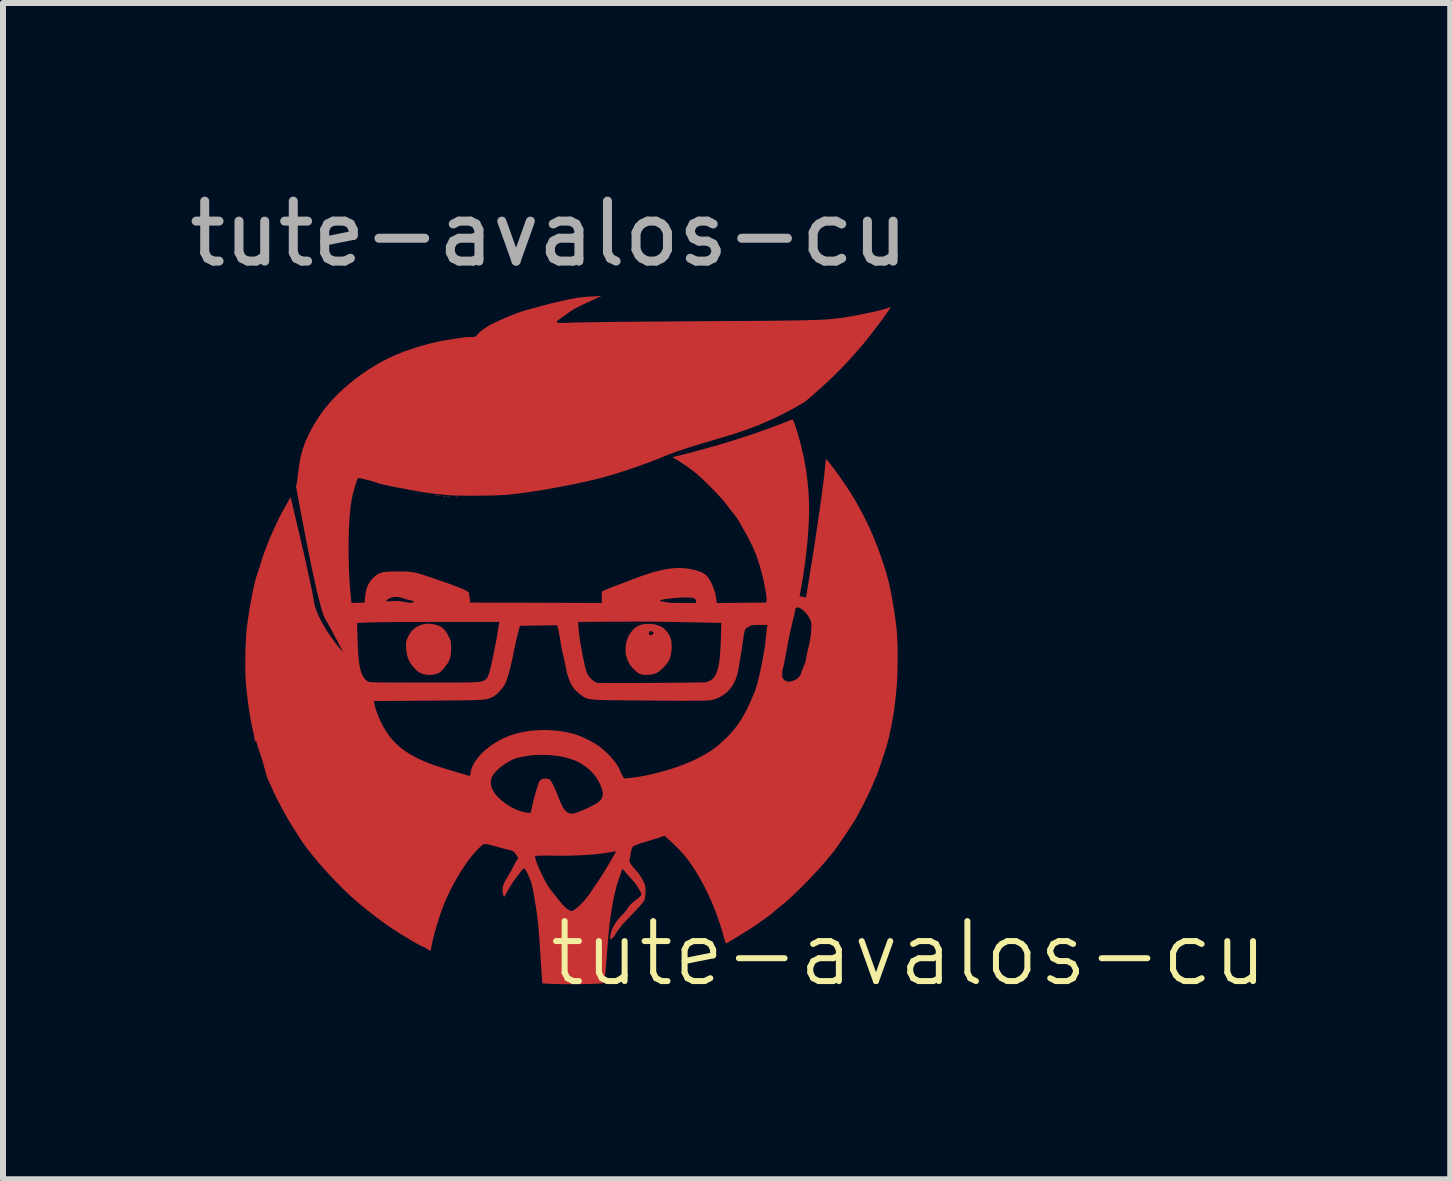
<source format=kicad_pcb>
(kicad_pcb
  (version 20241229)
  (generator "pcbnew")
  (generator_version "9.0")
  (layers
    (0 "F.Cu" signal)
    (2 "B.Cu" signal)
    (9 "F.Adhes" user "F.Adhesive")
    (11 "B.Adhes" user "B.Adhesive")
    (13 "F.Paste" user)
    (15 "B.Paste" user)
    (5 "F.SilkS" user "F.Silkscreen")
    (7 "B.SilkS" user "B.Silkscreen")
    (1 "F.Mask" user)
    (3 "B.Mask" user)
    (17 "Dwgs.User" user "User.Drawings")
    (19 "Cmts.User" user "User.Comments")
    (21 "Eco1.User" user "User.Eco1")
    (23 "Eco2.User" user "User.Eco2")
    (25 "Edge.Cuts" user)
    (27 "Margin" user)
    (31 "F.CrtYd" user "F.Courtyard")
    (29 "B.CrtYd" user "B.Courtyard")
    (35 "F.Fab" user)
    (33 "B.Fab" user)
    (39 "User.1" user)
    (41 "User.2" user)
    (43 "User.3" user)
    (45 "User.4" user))
  (footprint "tute-avalos-cu"
    (layer "F.Cu")
    (at 6.101 7.848)
    (property "Reference" "tute-avalos-cu" (at 6 5 0) (unlocked yes) (layer "F.SilkS") (effects (font (size 1 1) (thickness 0.1))))
    (fp_poly (pts (xy -1.855 -2.643) (xy -1.846 -2.642) (xy -1.838 -2.642) (xy -1.83 -2.641) (xy -1.827 -2.64) (xy -1.824 -2.64) (xy -1.823 -2.639) (xy -1.822 -2.639) (xy -1.822 -2.639) (xy -1.822 -2.638) (xy -1.823 -2.638) (xy -1.824 -2.637) (xy -1.826 -2.637) (xy -1.832 -2.636) (xy -1.841 -2.636) (xy -1.852 -2.636) (xy -1.865 -2.636) (xy -1.872 -2.636) (xy -1.878 -2.636) (xy -1.884 -2.636) (xy -1.889 -2.636) (xy -1.894 -2.636) (xy -1.898 -2.636) (xy -1.901 -2.637) (xy -1.904 -2.637) (xy -1.905 -2.637) (xy -1.906 -2.637) (xy -1.907 -2.638) (xy -1.907 -2.638) (xy -1.908 -2.638) (xy -1.908 -2.638) (xy -1.908 -2.638) (xy -1.908 -2.639) (xy -1.908 -2.639) (xy -1.908 -2.639) (xy -1.907 -2.639) (xy -1.907 -2.639) (xy -1.906 -2.639) (xy -1.905 -2.64) (xy -1.903 -2.64) (xy -1.9 -2.641) (xy -1.892 -2.642) (xy -1.883 -2.642) (xy -1.874 -2.643) (xy -1.865 -2.643)) (stroke (width -0.000001) (type solid)) (fill yes) (layer "F.Cu"))
    (fp_poly (pts (xy -1.739 -2.63) (xy -1.738 -2.63) (xy -1.736 -2.63) (xy -1.735 -2.63) (xy -1.733 -2.629) (xy -1.733 -2.629) (xy -1.732 -2.629) (xy -1.732 -2.629) (xy -1.731 -2.628) (xy -1.73 -2.628) (xy -1.73 -2.628) (xy -1.729 -2.627) (xy -1.729 -2.627) (xy -1.729 -2.626) (xy -1.728 -2.626) (xy -1.728 -2.626) (xy -1.728 -2.625) (xy -1.728 -2.625) (xy -1.728 -2.625) (xy -1.728 -2.624) (xy -1.728 -2.624) (xy -1.728 -2.624) (xy -1.728 -2.623) (xy -1.729 -2.623) (xy -1.729 -2.623) (xy -1.73 -2.622) (xy -1.731 -2.622) (xy -1.732 -2.621) (xy -1.733 -2.621) (xy -1.735 -2.621) (xy -1.737 -2.62) (xy -1.739 -2.62) (xy -1.741 -2.62) (xy -1.743 -2.62) (xy -1.746 -2.62) (xy -1.748 -2.62) (xy -1.751 -2.62) (xy -1.752 -2.621) (xy -1.753 -2.621) (xy -1.754 -2.621) (xy -1.755 -2.621) (xy -1.755 -2.621) (xy -1.756 -2.621) (xy -1.757 -2.622) (xy -1.757 -2.622) (xy -1.758 -2.622) (xy -1.758 -2.622) (xy -1.759 -2.622) (xy -1.759 -2.623) (xy -1.759 -2.623) (xy -1.759 -2.623) (xy -1.759 -2.623) (xy -1.759 -2.624) (xy -1.759 -2.624) (xy -1.759 -2.624) (xy -1.759 -2.625) (xy -1.758 -2.625) (xy -1.758 -2.625) (xy -1.758 -2.626) (xy -1.757 -2.626) (xy -1.757 -2.626) (xy -1.756 -2.627) (xy -1.755 -2.627) (xy -1.754 -2.627) (xy -1.753 -2.628) (xy -1.753 -2.628) (xy -1.752 -2.628) (xy -1.75 -2.629) (xy -1.748 -2.629) (xy -1.746 -2.63) (xy -1.745 -2.63) (xy -1.743 -2.63) (xy -1.741 -2.63)) (stroke (width -0.000001) (type solid)) (fill yes) (layer "F.Cu"))
    (fp_poly (pts (xy -1.676 -2.63) (xy -1.674 -2.63) (xy -1.673 -2.63) (xy -1.671 -2.63) (xy -1.67 -2.629) (xy -1.669 -2.629) (xy -1.669 -2.629) (xy -1.668 -2.629) (xy -1.668 -2.628) (xy -1.667 -2.628) (xy -1.667 -2.628) (xy -1.666 -2.627) (xy -1.666 -2.627) (xy -1.665 -2.626) (xy -1.665 -2.626) (xy -1.665 -2.626) (xy -1.665 -2.625) (xy -1.665 -2.625) (xy -1.665 -2.625) (xy -1.665 -2.624) (xy -1.665 -2.624) (xy -1.665 -2.624) (xy -1.665 -2.623) (xy -1.665 -2.623) (xy -1.666 -2.623) (xy -1.666 -2.622) (xy -1.667 -2.622) (xy -1.669 -2.621) (xy -1.67 -2.621) (xy -1.672 -2.621) (xy -1.674 -2.62) (xy -1.675 -2.62) (xy -1.678 -2.62) (xy -1.68 -2.62) (xy -1.682 -2.62) (xy -1.685 -2.62) (xy -1.687 -2.62) (xy -1.688 -2.621) (xy -1.689 -2.621) (xy -1.69 -2.621) (xy -1.691 -2.621) (xy -1.692 -2.621) (xy -1.693 -2.621) (xy -1.693 -2.622) (xy -1.694 -2.622) (xy -1.694 -2.622) (xy -1.695 -2.622) (xy -1.695 -2.622) (xy -1.696 -2.623) (xy -1.696 -2.623) (xy -1.696 -2.623) (xy -1.696 -2.623) (xy -1.696 -2.624) (xy -1.696 -2.624) (xy -1.696 -2.624) (xy -1.695 -2.625) (xy -1.695 -2.625) (xy -1.695 -2.625) (xy -1.694 -2.626) (xy -1.694 -2.626) (xy -1.693 -2.626) (xy -1.693 -2.627) (xy -1.692 -2.627) (xy -1.691 -2.627) (xy -1.69 -2.628) (xy -1.69 -2.628) (xy -1.688 -2.628) (xy -1.686 -2.629) (xy -1.685 -2.629) (xy -1.683 -2.63) (xy -1.681 -2.63) (xy -1.679 -2.63) (xy -1.678 -2.63)) (stroke (width -0.000001) (type solid)) (fill yes) (layer "F.Cu"))
    (fp_poly (pts (xy -1.534 -2.617) (xy -1.531 -2.617) (xy -1.529 -2.617) (xy -1.527 -2.617) (xy -1.525 -2.616) (xy -1.523 -2.616) (xy -1.522 -2.615) (xy -1.52 -2.615) (xy -1.518 -2.614) (xy -1.517 -2.614) (xy -1.517 -2.613) (xy -1.517 -2.613) (xy -1.516 -2.613) (xy -1.516 -2.612) (xy -1.516 -2.612) (xy -1.516 -2.612) (xy -1.516 -2.611) (xy -1.516 -2.611) (xy -1.517 -2.611) (xy -1.517 -2.611) (xy -1.518 -2.61) (xy -1.519 -2.61) (xy -1.521 -2.609) (xy -1.523 -2.609) (xy -1.525 -2.609) (xy -1.527 -2.609) (xy -1.53 -2.609) (xy -1.533 -2.608) (xy -1.536 -2.608) (xy -1.539 -2.608) (xy -1.54 -2.608) (xy -1.542 -2.609) (xy -1.543 -2.609) (xy -1.544 -2.609) (xy -1.546 -2.609) (xy -1.547 -2.609) (xy -1.548 -2.609) (xy -1.549 -2.609) (xy -1.55 -2.609) (xy -1.551 -2.609) (xy -1.551 -2.61) (xy -1.552 -2.61) (xy -1.553 -2.61) (xy -1.553 -2.61) (xy -1.554 -2.611) (xy -1.554 -2.611) (xy -1.555 -2.611) (xy -1.555 -2.611) (xy -1.555 -2.611) (xy -1.555 -2.611) (xy -1.555 -2.612) (xy -1.555 -2.612) (xy -1.555 -2.612) (xy -1.555 -2.612) (xy -1.555 -2.612) (xy -1.555 -2.612) (xy -1.555 -2.612) (xy -1.555 -2.613) (xy -1.555 -2.613) (xy -1.554 -2.613) (xy -1.554 -2.614) (xy -1.554 -2.614) (xy -1.553 -2.614) (xy -1.552 -2.614) (xy -1.552 -2.615) (xy -1.552 -2.615) (xy -1.55 -2.615) (xy -1.548 -2.616) (xy -1.546 -2.616) (xy -1.544 -2.617) (xy -1.542 -2.617) (xy -1.54 -2.617) (xy -1.538 -2.617) (xy -1.536 -2.617)) (stroke (width -0.000001) (type solid)) (fill yes) (layer "F.Cu"))
    (fp_poly (pts (xy -2 -0.5) (xy -1.992 -0.5) (xy -1.983 -0.499) (xy -1.975 -0.499) (xy -1.966 -0.498) (xy -1.958 -0.497) (xy -1.949 -0.496) (xy -1.941 -0.494) (xy -1.932 -0.493) (xy -1.907 -0.488) (xy -1.884 -0.482) (xy -1.862 -0.476) (xy -1.842 -0.469) (xy -1.824 -0.461) (xy -1.806 -0.452) (xy -1.797 -0.447) (xy -1.789 -0.442) (xy -1.781 -0.436) (xy -1.774 -0.43) (xy -1.766 -0.424) (xy -1.759 -0.417) (xy -1.745 -0.403) (xy -1.731 -0.387) (xy -1.718 -0.37) (xy -1.705 -0.35) (xy -1.692 -0.329) (xy -1.68 -0.306) (xy -1.667 -0.281) (xy -1.656 -0.258) (xy -1.651 -0.248) (xy -1.648 -0.238) (xy -1.644 -0.228) (xy -1.641 -0.219) (xy -1.639 -0.209) (xy -1.637 -0.199) (xy -1.635 -0.188) (xy -1.634 -0.177) (xy -1.633 -0.164) (xy -1.632 -0.151) (xy -1.631 -0.119) (xy -1.631 -0.081) (xy -1.632 -0.054) (xy -1.632 -0.029) (xy -1.634 -0.006) (xy -1.636 0.016) (xy -1.639 0.036) (xy -1.643 0.055) (xy -1.648 0.073) (xy -1.653 0.091) (xy -1.66 0.108) (xy -1.669 0.125) (xy -1.678 0.142) (xy -1.689 0.16) (xy -1.702 0.178) (xy -1.716 0.197) (xy -1.732 0.218) (xy -1.75 0.239) (xy -1.759 0.251) (xy -1.768 0.261) (xy -1.777 0.271) (xy -1.785 0.28) (xy -1.793 0.287) (xy -1.8 0.294) (xy -1.807 0.301) (xy -1.815 0.306) (xy -1.822 0.311) (xy -1.829 0.316) (xy -1.836 0.32) (xy -1.844 0.324) (xy -1.852 0.327) (xy -1.861 0.33) (xy -1.87 0.334) (xy -1.88 0.337) (xy -1.893 0.34) (xy -1.906 0.344) (xy -1.919 0.347) (xy -1.932 0.349) (xy -1.944 0.351) (xy -1.957 0.352) (xy -1.969 0.353) (xy -1.981 0.354) (xy -1.994 0.354) (xy -2.006 0.354) (xy -2.019 0.353) (xy -2.031 0.352) (xy -2.044 0.35) (xy -2.057 0.348) (xy -2.071 0.345) (xy -2.085 0.342) (xy -2.097 0.339) (xy -2.109 0.335) (xy -2.121 0.332) (xy -2.132 0.327) (xy -2.142 0.322) (xy -2.153 0.317) (xy -2.163 0.311) (xy -2.173 0.304) (xy -2.183 0.297) (xy -2.193 0.289) (xy -2.204 0.28) (xy -2.215 0.269) (xy -2.226 0.258) (xy -2.237 0.246) (xy -2.25 0.233) (xy -2.263 0.218) (xy -2.276 0.202) (xy -2.289 0.185) (xy -2.301 0.169) (xy -2.311 0.152) (xy -2.321 0.135) (xy -2.33 0.118) (xy -2.339 0.1) (xy -2.346 0.081) (xy -2.353 0.062) (xy -2.359 0.042) (xy -2.364 0.022) (xy -2.369 0.001) (xy -2.372 -0.022) (xy -2.376 -0.045) (xy -2.378 -0.069) (xy -2.38 -0.094) (xy -2.382 -0.126) (xy -2.383 -0.14) (xy -2.383 -0.152) (xy -2.383 -0.163) (xy -2.383 -0.174) (xy -2.382 -0.184) (xy -2.381 -0.193) (xy -2.379 -0.202) (xy -2.377 -0.211) (xy -2.374 -0.22) (xy -2.371 -0.23) (xy -2.367 -0.24) (xy -2.363 -0.251) (xy -2.352 -0.275) (xy -2.339 -0.302) (xy -2.324 -0.327) (xy -2.308 -0.351) (xy -2.291 -0.373) (xy -2.273 -0.393) (xy -2.253 -0.412) (xy -2.232 -0.429) (xy -2.21 -0.444) (xy -2.186 -0.458) (xy -2.162 -0.469) (xy -2.137 -0.479) (xy -2.111 -0.487) (xy -2.084 -0.493) (xy -2.057 -0.498) (xy -2.029 -0.5) (xy -2 -0.5)) (stroke (width -0.000001) (type solid)) (fill yes) (layer "F.Cu"))
    (fp_poly (pts (xy 1.665 -0.498) (xy 1.679 -0.497) (xy 1.679 -0.497) (xy 1.692 -0.497) (xy 1.706 -0.496) (xy 1.72 -0.494) (xy 1.734 -0.493) (xy 1.747 -0.491) (xy 1.76 -0.488) (xy 1.774 -0.486) (xy 1.787 -0.482) (xy 1.799 -0.479) (xy 1.812 -0.475) (xy 1.824 -0.471) (xy 1.836 -0.467) (xy 1.847 -0.462) (xy 1.858 -0.457) (xy 1.869 -0.452) (xy 1.879 -0.447) (xy 1.893 -0.438) (xy 1.906 -0.429) (xy 1.919 -0.418) (xy 1.932 -0.407) (xy 1.944 -0.395) (xy 1.956 -0.382) (xy 1.967 -0.369) (xy 1.978 -0.355) (xy 1.988 -0.34) (xy 1.997 -0.326) (xy 2.006 -0.311) (xy 2.014 -0.295) (xy 2.02 -0.28) (xy 2.026 -0.264) (xy 2.032 -0.249) (xy 2.036 -0.233) (xy 2.04 -0.213) (xy 2.043 -0.191) (xy 2.045 -0.169) (xy 2.046 -0.147) (xy 2.047 -0.124) (xy 2.047 -0.102) (xy 2.046 -0.079) (xy 2.044 -0.056) (xy 2.042 -0.033) (xy 2.038 -0.011) (xy 2.034 0.011) (xy 2.029 0.032) (xy 2.024 0.052) (xy 2.017 0.071) (xy 2.01 0.089) (xy 2.003 0.106) (xy 1.995 0.122) (xy 1.985 0.138) (xy 1.974 0.154) (xy 1.961 0.171) (xy 1.948 0.188) (xy 1.934 0.204) (xy 1.919 0.22) (xy 1.904 0.236) (xy 1.889 0.251) (xy 1.873 0.266) (xy 1.857 0.279) (xy 1.841 0.292) (xy 1.826 0.303) (xy 1.811 0.312) (xy 1.797 0.321) (xy 1.783 0.327) (xy 1.769 0.333) (xy 1.752 0.337) (xy 1.735 0.342) (xy 1.717 0.345) (xy 1.699 0.348) (xy 1.679 0.35) (xy 1.66 0.352) (xy 1.64 0.352) (xy 1.621 0.353) (xy 1.602 0.352) (xy 1.584 0.351) (xy 1.566 0.349) (xy 1.55 0.346) (xy 1.535 0.342) (xy 1.521 0.338) (xy 1.509 0.333) (xy 1.503 0.33) (xy 1.497 0.327) (xy 1.49 0.323) (xy 1.484 0.318) (xy 1.476 0.313) (xy 1.469 0.307) (xy 1.461 0.301) (xy 1.454 0.295) (xy 1.446 0.288) (xy 1.438 0.281) (xy 1.43 0.274) (xy 1.422 0.267) (xy 1.414 0.259) (xy 1.407 0.252) (xy 1.4 0.244) (xy 1.393 0.237) (xy 1.373 0.213) (xy 1.355 0.189) (xy 1.339 0.163) (xy 1.325 0.137) (xy 1.313 0.109) (xy 1.302 0.081) (xy 1.293 0.052) (xy 1.286 0.023) (xy 1.281 -0.007) (xy 1.278 -0.037) (xy 1.277 -0.068) (xy 1.278 -0.1) (xy 1.281 -0.131) (xy 1.285 -0.163) (xy 1.292 -0.195) (xy 1.3 -0.227) (xy 1.306 -0.244) (xy 1.313 -0.262) (xy 1.321 -0.28) (xy 1.33 -0.298) (xy 1.34 -0.315) (xy 1.35 -0.332) (xy 1.357 -0.342) (xy 1.668 -0.342) (xy 1.668 -0.34) (xy 1.668 -0.338) (xy 1.668 -0.335) (xy 1.669 -0.333) (xy 1.669 -0.331) (xy 1.67 -0.328) (xy 1.67 -0.326) (xy 1.671 -0.324) (xy 1.672 -0.322) (xy 1.673 -0.32) (xy 1.674 -0.319) (xy 1.675 -0.317) (xy 1.677 -0.315) (xy 1.678 -0.314) (xy 1.68 -0.313) (xy 1.681 -0.312) (xy 1.683 -0.311) (xy 1.685 -0.311) (xy 1.688 -0.31) (xy 1.69 -0.31) (xy 1.692 -0.31) (xy 1.695 -0.31) (xy 1.697 -0.31) (xy 1.699 -0.31) (xy 1.702 -0.31) (xy 1.704 -0.311) (xy 1.707 -0.312) (xy 1.71 -0.312) (xy 1.712 -0.313) (xy 1.714 -0.314) (xy 1.717 -0.315) (xy 1.719 -0.317) (xy 1.722 -0.318) (xy 1.724 -0.319) (xy 1.726 -0.321) (xy 1.728 -0.322) (xy 1.73 -0.324) (xy 1.732 -0.325) (xy 1.734 -0.327) (xy 1.735 -0.329) (xy 1.737 -0.331) (xy 1.738 -0.333) (xy 1.74 -0.334) (xy 1.741 -0.336) (xy 1.742 -0.338) (xy 1.742 -0.34) (xy 1.743 -0.342) (xy 1.743 -0.344) (xy 1.743 -0.346) (xy 1.743 -0.348) (xy 1.743 -0.349) (xy 1.743 -0.35) (xy 1.742 -0.352) (xy 1.742 -0.353) (xy 1.741 -0.354) (xy 1.74 -0.356) (xy 1.739 -0.357) (xy 1.738 -0.358) (xy 1.737 -0.36) (xy 1.734 -0.362) (xy 1.732 -0.364) (xy 1.728 -0.366) (xy 1.725 -0.368) (xy 1.721 -0.37) (xy 1.718 -0.372) (xy 1.714 -0.373) (xy 1.71 -0.374) (xy 1.706 -0.375) (xy 1.702 -0.376) (xy 1.698 -0.376) (xy 1.698 -0.376) (xy 1.697 -0.376) (xy 1.696 -0.376) (xy 1.694 -0.376) (xy 1.693 -0.376) (xy 1.692 -0.376) (xy 1.691 -0.376) (xy 1.69 -0.375) (xy 1.688 -0.375) (xy 1.687 -0.375) (xy 1.686 -0.375) (xy 1.685 -0.374) (xy 1.684 -0.374) (xy 1.683 -0.373) (xy 1.682 -0.373) (xy 1.681 -0.373) (xy 1.68 -0.372) (xy 1.678 -0.371) (xy 1.677 -0.37) (xy 1.676 -0.368) (xy 1.674 -0.366) (xy 1.673 -0.365) (xy 1.672 -0.363) (xy 1.671 -0.361) (xy 1.67 -0.359) (xy 1.67 -0.357) (xy 1.669 -0.354) (xy 1.668 -0.352) (xy 1.668 -0.35) (xy 1.668 -0.347) (xy 1.668 -0.345) (xy 1.668 -0.342) (xy 1.357 -0.342) (xy 1.362 -0.349) (xy 1.374 -0.365) (xy 1.386 -0.381) (xy 1.399 -0.396) (xy 1.412 -0.41) (xy 1.426 -0.423) (xy 1.439 -0.434) (xy 1.453 -0.445) (xy 1.467 -0.454) (xy 1.473 -0.458) (xy 1.48 -0.462) (xy 1.49 -0.467) (xy 1.501 -0.471) (xy 1.511 -0.475) (xy 1.523 -0.479) (xy 1.534 -0.483) (xy 1.546 -0.486) (xy 1.559 -0.488) (xy 1.571 -0.491) (xy 1.584 -0.493) (xy 1.597 -0.495) (xy 1.61 -0.496) (xy 1.624 -0.497) (xy 1.637 -0.497) (xy 1.651 -0.498)) (stroke (width -0.000001) (type solid)) (fill yes) (layer "F.Cu"))
    (fp_poly (pts (xy 0.696 -5.881) (xy 0.619 -5.846) (xy 0.545 -5.81) (xy 0.481 -5.778) (xy 0.455 -5.765) (xy 0.436 -5.754) (xy 0.419 -5.745) (xy 0.4 -5.733) (xy 0.356 -5.705) (xy 0.308 -5.672) (xy 0.26 -5.638) (xy 0.214 -5.605) (xy 0.175 -5.576) (xy 0.16 -5.563) (xy 0.147 -5.553) (xy 0.138 -5.544) (xy 0.133 -5.538) (xy 0.13 -5.534) (xy 0.13 -5.53) (xy 0.131 -5.526) (xy 0.135 -5.523) (xy 0.14 -5.521) (xy 0.148 -5.518) (xy 0.159 -5.517) (xy 0.172 -5.516) (xy 0.206 -5.514) (xy 0.253 -5.515) (xy 0.314 -5.517) (xy 0.389 -5.521) (xy 1.11 -5.532) (xy 2.535 -5.543) (xy 3.628 -5.55) (xy 3.993 -5.554) (xy 4.265 -5.559) (xy 4.465 -5.565) (xy 4.544 -5.568) (xy 4.613 -5.572) (xy 4.674 -5.577) (xy 4.731 -5.582) (xy 4.839 -5.594) (xy 4.943 -5.609) (xy 5.058 -5.628) (xy 5.18 -5.651) (xy 5.302 -5.676) (xy 5.418 -5.701) (xy 5.522 -5.726) (xy 5.609 -5.75) (xy 5.643 -5.761) (xy 5.672 -5.771) (xy 5.682 -5.774) (xy 5.686 -5.775) (xy 5.689 -5.776) (xy 5.69 -5.776) (xy 5.691 -5.775) (xy 5.692 -5.775) (xy 5.693 -5.774) (xy 5.693 -5.773) (xy 5.693 -5.772) (xy 5.693 -5.771) (xy 5.692 -5.769) (xy 5.69 -5.765) (xy 5.687 -5.76) (xy 5.684 -5.753) (xy 5.679 -5.745) (xy 5.665 -5.725) (xy 5.647 -5.698) (xy 5.62 -5.661) (xy 5.592 -5.621) (xy 5.565 -5.583) (xy 5.543 -5.553) (xy 5.495 -5.49) (xy 5.443 -5.42) (xy 5.351 -5.3) (xy 5.252 -5.178) (xy 5.148 -5.056) (xy 5.04 -4.934) (xy 4.93 -4.815) (xy 4.818 -4.7) (xy 4.706 -4.59) (xy 4.596 -4.488) (xy 4.508 -4.409) (xy 4.424 -4.334) (xy 4.343 -4.264) (xy 4.267 -4.198) (xy 4.093 -4.098) (xy 3.927 -4.009) (xy 3.768 -3.931) (xy 3.616 -3.862) (xy 3.469 -3.801) (xy 3.327 -3.747) (xy 3.189 -3.698) (xy 3.054 -3.654) (xy 2.528 -3.498) (xy 2.262 -3.415) (xy 2.125 -3.368) (xy 1.984 -3.316) (xy 1.785 -3.235) (xy 1.715 -3.207) (xy 1.634 -3.177) (xy 1.448 -3.111) (xy 1.247 -3.043) (xy 1.05 -2.981) (xy 0.868 -2.93) (xy 0.65 -2.877) (xy 0.408 -2.825) (xy 0.153 -2.775) (xy -0.102 -2.73) (xy -0.346 -2.692) (xy -0.566 -2.663) (xy -0.751 -2.646) (xy -0.852 -2.641) (xy -0.975 -2.637) (xy -1.113 -2.635) (xy -1.254 -2.634) (xy -1.392 -2.634) (xy -1.517 -2.636) (xy -1.621 -2.639) (xy -1.694 -2.644) (xy -1.884 -2.664) (xy -1.922 -2.668) (xy -1.968 -2.674) (xy -2.078 -2.69) (xy -2.2 -2.71) (xy -2.321 -2.732) (xy -2.43 -2.753) (xy -2.531 -2.772) (xy -2.62 -2.79) (xy -2.698 -2.806) (xy -2.762 -2.82) (xy -2.811 -2.832) (xy -2.844 -2.84) (xy -2.853 -2.843) (xy -2.858 -2.845) (xy -2.866 -2.85) (xy -2.879 -2.855) (xy -2.918 -2.868) (xy -2.969 -2.883) (xy -3.026 -2.897) (xy -3.082 -2.911) (xy -3.131 -2.921) (xy -3.151 -2.925) (xy -3.166 -2.927) (xy -3.177 -2.928) (xy -3.18 -2.928) (xy -3.182 -2.927) (xy -3.186 -2.921) (xy -3.191 -2.912) (xy -3.202 -2.885) (xy -3.215 -2.847) (xy -3.23 -2.801) (xy -3.244 -2.75) (xy -3.259 -2.697) (xy -3.272 -2.643) (xy -3.284 -2.592) (xy -3.296 -2.524) (xy -3.307 -2.448) (xy -3.324 -2.272) (xy -3.335 -2.072) (xy -3.34 -1.853) (xy -3.34 -1.623) (xy -3.333 -1.387) (xy -3.32 -1.152) (xy -3.3 -0.925) (xy -3.292 -0.846) (xy -3.183 -0.849) (xy -3.074 -0.853) (xy -3.071 -0.878) (xy -2.719 -0.878) (xy -2.718 -0.877) (xy -2.718 -0.876) (xy -2.717 -0.876) (xy -2.715 -0.875) (xy -2.712 -0.874) (xy -2.707 -0.874) (xy -2.7 -0.874) (xy -2.691 -0.874) (xy -2.681 -0.874) (xy -2.654 -0.875) (xy -2.618 -0.877) (xy -2.591 -0.878) (xy -2.564 -0.879) (xy -2.538 -0.878) (xy -2.513 -0.877) (xy -2.488 -0.876) (xy -2.464 -0.873) (xy -2.442 -0.87) (xy -2.422 -0.867) (xy -2.404 -0.863) (xy -2.388 -0.86) (xy -2.374 -0.857) (xy -2.36 -0.855) (xy -2.348 -0.853) (xy -2.337 -0.852) (xy -2.328 -0.851) (xy -2.319 -0.85) (xy -2.31 -0.85) (xy -2.303 -0.85) (xy -2.295 -0.85) (xy -2.289 -0.851) (xy -2.282 -0.853) (xy -2.276 -0.854) (xy -2.27 -0.856) (xy -2.264 -0.859) (xy -2.264 -0.859) (xy -2.259 -0.861) (xy -2.255 -0.863) (xy -2.251 -0.865) (xy -2.249 -0.867) (xy -2.249 -0.868) (xy -2.249 -0.869) (xy -2.249 -0.87) (xy -2.249 -0.871) (xy -2.25 -0.871) (xy -2.251 -0.872) (xy -2.254 -0.874) (xy -2.258 -0.876) (xy -2.264 -0.878) (xy -2.271 -0.881) (xy -2.28 -0.883) (xy -2.303 -0.889) (xy -2.333 -0.896) (xy -2.346 -0.898) (xy -2.359 -0.902) (xy -2.374 -0.906) (xy -2.388 -0.91) (xy -2.403 -0.914) (xy -2.417 -0.919) (xy -2.43 -0.923) (xy -2.441 -0.927) (xy -2.45 -0.931) (xy -2.458 -0.934) (xy -2.467 -0.936) (xy -2.476 -0.938) (xy -2.485 -0.94) (xy -2.494 -0.942) (xy -2.503 -0.944) (xy -2.512 -0.945) (xy -2.519 -0.946) (xy -2.525 -0.946) (xy -2.532 -0.946) (xy -2.539 -0.947) (xy -2.545 -0.947) (xy -2.552 -0.947) (xy -2.559 -0.946) (xy -2.565 -0.946) (xy -2.565 -0.946) (xy -2.575 -0.945) (xy -2.585 -0.944) (xy -2.595 -0.942) (xy -2.604 -0.94) (xy -2.614 -0.938) (xy -2.623 -0.936) (xy -2.632 -0.933) (xy -2.641 -0.929) (xy -2.65 -0.926) (xy -2.659 -0.922) (xy -2.668 -0.918) (xy -2.676 -0.913) (xy -2.684 -0.908) (xy -2.692 -0.903) (xy -2.699 -0.897) (xy -2.707 -0.891) (xy -2.714 -0.885) (xy -2.717 -0.882) (xy -2.718 -0.88) (xy -2.719 -0.879) (xy -2.719 -0.878) (xy -3.071 -0.878) (xy -3.065 -0.948) (xy -3.062 -0.973) (xy -3.058 -0.998) (xy -3.054 -1.022) (xy -3.049 -1.044) (xy -3.044 -1.066) (xy -3.038 -1.087) (xy -3.031 -1.107) (xy -3.023 -1.127) (xy -3.015 -1.146) (xy -3.006 -1.164) (xy -2.996 -1.181) (xy -2.986 -1.198) (xy -2.974 -1.214) (xy -2.962 -1.229) (xy -2.949 -1.245) (xy -2.935 -1.259) (xy -2.917 -1.276) (xy -2.9 -1.292) (xy -2.884 -1.306) (xy -2.867 -1.318) (xy -2.849 -1.328) (xy -2.831 -1.338) (xy -2.811 -1.345) (xy -2.79 -1.352) (xy -2.767 -1.358) (xy -2.742 -1.362) (xy -2.714 -1.365) (xy -2.683 -1.368) (xy -2.649 -1.37) (xy -2.611 -1.371) (xy -2.523 -1.372) (xy -2.449 -1.371) (xy -2.415 -1.371) (xy -2.384 -1.369) (xy -2.355 -1.368) (xy -2.327 -1.365) (xy -2.301 -1.363) (xy -2.275 -1.359) (xy -2.251 -1.355) (xy -2.226 -1.35) (xy -2.201 -1.345) (xy -2.177 -1.339) (xy -2.151 -1.332) (xy -2.125 -1.324) (xy -2.067 -1.305) (xy -1.764 -1.201) (xy -1.674 -1.17) (xy -1.593 -1.141) (xy -1.557 -1.127) (xy -1.523 -1.114) (xy -1.491 -1.102) (xy -1.463 -1.09) (xy -1.437 -1.079) (xy -1.414 -1.068) (xy -1.394 -1.059) (xy -1.377 -1.05) (xy -1.362 -1.042) (xy -1.351 -1.034) (xy -1.343 -1.028) (xy -1.34 -1.025) (xy -1.338 -1.022) (xy -1.337 -1.02) (xy -1.336 -1.017) (xy -1.334 -1.014) (xy -1.333 -1.009) (xy -1.331 -1) (xy -1.328 -0.988) (xy -1.326 -0.974) (xy -1.324 -0.96) (xy -1.322 -0.945) (xy -1.321 -0.929) (xy -1.314 -0.853) (xy -0.216 -0.85) (xy 0.882 -0.846) (xy 0.882 -0.884) (xy 1.852 -0.884) (xy 1.853 -0.882) (xy 1.855 -0.88) (xy 1.857 -0.878) (xy 1.861 -0.877) (xy 1.866 -0.875) (xy 1.872 -0.873) (xy 1.886 -0.87) (xy 1.905 -0.867) (xy 1.928 -0.864) (xy 1.941 -0.862) (xy 1.953 -0.86) (xy 1.964 -0.859) (xy 1.974 -0.857) (xy 1.982 -0.855) (xy 1.985 -0.855) (xy 1.989 -0.854) (xy 1.991 -0.853) (xy 1.993 -0.853) (xy 1.995 -0.852) (xy 1.995 -0.852) (xy 1.995 -0.852) (xy 2.001 -0.851) (xy 2.015 -0.85) (xy 2.066 -0.848) (xy 2.138 -0.847) (xy 2.227 -0.847) (xy 2.452 -0.847) (xy 2.452 -0.879) (xy 2.452 -0.885) (xy 2.451 -0.891) (xy 2.449 -0.897) (xy 2.447 -0.899) (xy 2.446 -0.902) (xy 2.442 -0.907) (xy 2.437 -0.911) (xy 2.432 -0.915) (xy 2.425 -0.919) (xy 2.418 -0.923) (xy 2.409 -0.926) (xy 2.4 -0.929) (xy 2.389 -0.931) (xy 2.378 -0.933) (xy 2.365 -0.935) (xy 2.351 -0.936) (xy 2.336 -0.937) (xy 2.336 -0.937) (xy 2.326 -0.938) (xy 2.315 -0.938) (xy 2.303 -0.938) (xy 2.291 -0.938) (xy 2.266 -0.938) (xy 2.238 -0.937) (xy 2.197 -0.935) (xy 2.153 -0.932) (xy 2.104 -0.928) (xy 2.051 -0.923) (xy 2.013 -0.919) (xy 1.979 -0.915) (xy 1.949 -0.911) (xy 1.923 -0.907) (xy 1.901 -0.903) (xy 1.884 -0.899) (xy 1.87 -0.895) (xy 1.864 -0.893) (xy 1.86 -0.891) (xy 1.856 -0.889) (xy 1.854 -0.887) (xy 1.853 -0.886) (xy 1.852 -0.884) (xy 0.882 -0.884) (xy 0.882 -1.038) (xy 0.955 -1.07) (xy 0.993 -1.086) (xy 1.042 -1.106) (xy 1.096 -1.127) (xy 1.148 -1.146) (xy 1.206 -1.168) (xy 1.274 -1.193) (xy 1.344 -1.22) (xy 1.408 -1.245) (xy 1.523 -1.288) (xy 1.578 -1.308) (xy 1.631 -1.326) (xy 1.683 -1.342) (xy 1.734 -1.358) (xy 1.782 -1.371) (xy 1.83 -1.383) (xy 1.875 -1.394) (xy 1.92 -1.403) (xy 1.963 -1.411) (xy 2.004 -1.417) (xy 2.044 -1.422) (xy 2.083 -1.426) (xy 2.121 -1.428) (xy 2.157 -1.429) (xy 2.195 -1.428) (xy 2.232 -1.427) (xy 2.268 -1.424) (xy 2.304 -1.42) (xy 2.339 -1.415) (xy 2.373 -1.409) (xy 2.406 -1.402) (xy 2.438 -1.394) (xy 2.468 -1.386) (xy 2.497 -1.376) (xy 2.523 -1.366) (xy 2.548 -1.355) (xy 2.571 -1.343) (xy 2.592 -1.331) (xy 2.61 -1.318) (xy 2.626 -1.304) (xy 2.639 -1.29) (xy 2.652 -1.274) (xy 2.665 -1.255) (xy 2.678 -1.235) (xy 2.691 -1.212) (xy 2.704 -1.188) (xy 2.716 -1.163) (xy 2.728 -1.137) (xy 2.739 -1.11) (xy 2.749 -1.083) (xy 2.758 -1.055) (xy 2.767 -1.028) (xy 2.774 -1.001) (xy 2.78 -0.974) (xy 2.785 -0.948) (xy 2.789 -0.924) (xy 2.798 -0.845) (xy 3.211 -0.849) (xy 3.623 -0.853) (xy 3.628 -0.897) (xy 3.628 -0.908) (xy 3.628 -0.922) (xy 3.625 -0.957) (xy 3.619 -1.002) (xy 3.611 -1.053) (xy 3.601 -1.111) (xy 3.588 -1.173) (xy 3.574 -1.239) (xy 3.558 -1.305) (xy 3.531 -1.41) (xy 3.501 -1.509) (xy 3.486 -1.557) (xy 3.469 -1.604) (xy 3.452 -1.651) (xy 3.433 -1.697) (xy 3.414 -1.744) (xy 3.393 -1.79) (xy 3.347 -1.884) (xy 3.296 -1.982) (xy 3.238 -2.085) (xy 3.142 -2.251) (xy 3.139 -2.256) (xy 3.133 -2.264) (xy 3.126 -2.274) (xy 3.118 -2.284) (xy 3.109 -2.296) (xy 3.099 -2.309) (xy 3.089 -2.322) (xy 3.078 -2.335) (xy 3.052 -2.367) (xy 3.02 -2.408) (xy 2.986 -2.453) (xy 2.953 -2.496) (xy 2.935 -2.519) (xy 2.914 -2.546) (xy 2.86 -2.606) (xy 2.798 -2.674) (xy 2.728 -2.747) (xy 2.656 -2.819) (xy 2.584 -2.889) (xy 2.516 -2.952) (xy 2.455 -3.006) (xy 2.412 -3.04) (xy 2.363 -3.077) (xy 2.311 -3.115) (xy 2.257 -3.152) (xy 2.203 -3.189) (xy 2.15 -3.222) (xy 2.101 -3.252) (xy 2.058 -3.276) (xy 2.321 -3.342) (xy 2.58 -3.411) (xy 2.837 -3.483) (xy 3.089 -3.56) (xy 3.338 -3.641) (xy 3.584 -3.726) (xy 3.826 -3.815) (xy 4.064 -3.908) (xy 4.066 -3.904) (xy 4.067 -3.901) (xy 4.069 -3.896) (xy 4.07 -3.894) (xy 4.072 -3.891) (xy 4.073 -3.887) (xy 4.076 -3.883) (xy 4.11 -3.789) (xy 4.147 -3.677) (xy 4.189 -3.526) (xy 4.234 -3.341) (xy 4.256 -3.237) (xy 4.276 -3.125) (xy 4.294 -3.007) (xy 4.31 -2.882) (xy 4.323 -2.752) (xy 4.332 -2.616) (xy 4.337 -2.475) (xy 4.337 -2.332) (xy 4.332 -2.188) (xy 4.324 -2.045) (xy 4.313 -1.904) (xy 4.3 -1.767) (xy 4.285 -1.635) (xy 4.27 -1.511) (xy 4.237 -1.289) (xy 4.208 -1.115) (xy 4.178 -0.96) (xy 4.286 -0.937) (xy 4.431 -1.834) (xy 4.542 -2.597) (xy 4.587 -2.953) (xy 4.617 -3.252) (xy 4.617 -3.252) (xy 4.617 -3.252) (xy 4.617 -3.252) (xy 4.617 -3.252) (xy 4.617 -3.252) (xy 4.617 -3.252) (xy 4.617 -3.252) (xy 4.617 -3.252) (xy 4.617 -3.252) (xy 4.617 -3.251) (xy 4.617 -3.251) (xy 4.617 -3.251) (xy 4.669 -3.191) (xy 4.73 -3.112) (xy 4.799 -3.02) (xy 4.871 -2.919) (xy 4.942 -2.815) (xy 5.009 -2.713) (xy 5.069 -2.618) (xy 5.118 -2.535) (xy 5.15 -2.477) (xy 5.18 -2.423) (xy 5.232 -2.328) (xy 5.284 -2.225) (xy 5.336 -2.117) (xy 5.386 -2.005) (xy 5.434 -1.89) (xy 5.48 -1.774) (xy 5.522 -1.657) (xy 5.561 -1.543) (xy 5.593 -1.445) (xy 5.619 -1.36) (xy 5.641 -1.283) (xy 5.66 -1.212) (xy 5.677 -1.142) (xy 5.693 -1.07) (xy 5.708 -0.991) (xy 5.724 -0.904) (xy 5.751 -0.744) (xy 5.772 -0.603) (xy 5.789 -0.475) (xy 5.801 -0.354) (xy 5.808 -0.233) (xy 5.813 -0.107) (xy 5.814 0.031) (xy 5.813 0.185) (xy 5.809 0.342) (xy 5.801 0.499) (xy 5.788 0.655) (xy 5.771 0.81) (xy 5.75 0.965) (xy 5.725 1.119) (xy 5.695 1.273) (xy 5.661 1.426) (xy 5.646 1.482) (xy 5.621 1.566) (xy 5.554 1.774) (xy 5.488 1.967) (xy 5.465 2.031) (xy 5.457 2.05) (xy 5.452 2.06) (xy 5.451 2.062) (xy 5.449 2.064) (xy 5.445 2.072) (xy 5.44 2.082) (xy 5.434 2.095) (xy 5.428 2.11) (xy 5.421 2.126) (xy 5.415 2.143) (xy 5.408 2.161) (xy 5.387 2.211) (xy 5.357 2.279) (xy 5.319 2.358) (xy 5.276 2.445) (xy 5.231 2.534) (xy 5.187 2.619) (xy 5.145 2.696) (xy 5.109 2.76) (xy 5.085 2.799) (xy 5.053 2.849) (xy 4.974 2.971) (xy 4.885 3.103) (xy 4.802 3.223) (xy 4.763 3.276) (xy 4.719 3.333) (xy 4.616 3.457) (xy 4.498 3.59) (xy 4.372 3.727) (xy 4.241 3.862) (xy 4.111 3.989) (xy 3.988 4.103) (xy 3.93 4.154) (xy 3.877 4.198) (xy 3.829 4.237) (xy 3.785 4.273) (xy 3.748 4.304) (xy 3.725 4.324) (xy 3.716 4.331) (xy 3.706 4.34) (xy 3.695 4.348) (xy 3.683 4.358) (xy 3.671 4.367) (xy 3.659 4.376) (xy 3.647 4.384) (xy 3.636 4.392) (xy 3.567 4.44) (xy 3.471 4.509) (xy 3.422 4.543) (xy 3.352 4.588) (xy 3.184 4.694) (xy 3.101 4.744) (xy 3.03 4.787) (xy 2.977 4.817) (xy 2.961 4.826) (xy 2.952 4.83) (xy 2.951 4.83) (xy 2.951 4.829) (xy 2.95 4.827) (xy 2.948 4.824) (xy 2.946 4.82) (xy 2.941 4.808) (xy 2.936 4.792) (xy 2.93 4.772) (xy 2.923 4.75) (xy 2.916 4.725) (xy 2.909 4.699) (xy 2.88 4.596) (xy 2.847 4.492) (xy 2.811 4.388) (xy 2.773 4.285) (xy 2.731 4.182) (xy 2.687 4.081) (xy 2.641 3.981) (xy 2.593 3.885) (xy 2.543 3.791) (xy 2.492 3.701) (xy 2.44 3.615) (xy 2.387 3.534) (xy 2.334 3.458) (xy 2.28 3.388) (xy 2.227 3.324) (xy 2.174 3.267) (xy 2.131 3.225) (xy 2.085 3.18) (xy 2.041 3.138) (xy 2.005 3.104) (xy 1.931 3.036) (xy 1.828 3.069) (xy 1.572 3.148) (xy 1.541 3.158) (xy 1.512 3.168) (xy 1.484 3.178) (xy 1.459 3.187) (xy 1.437 3.196) (xy 1.428 3.2) (xy 1.42 3.204) (xy 1.413 3.208) (xy 1.407 3.211) (xy 1.403 3.213) (xy 1.4 3.216) (xy 1.397 3.218) (xy 1.395 3.222) (xy 1.393 3.226) (xy 1.391 3.23) (xy 1.388 3.236) (xy 1.386 3.241) (xy 1.381 3.254) (xy 1.377 3.269) (xy 1.372 3.285) (xy 1.369 3.302) (xy 1.366 3.319) (xy 1.36 3.353) (xy 1.354 3.387) (xy 1.348 3.415) (xy 1.346 3.427) (xy 1.344 3.435) (xy 1.343 3.442) (xy 1.342 3.45) (xy 1.343 3.457) (xy 1.345 3.466) (xy 1.348 3.475) (xy 1.352 3.484) (xy 1.358 3.494) (xy 1.364 3.505) (xy 1.372 3.517) (xy 1.381 3.529) (xy 1.391 3.542) (xy 1.402 3.556) (xy 1.415 3.571) (xy 1.429 3.587) (xy 1.445 3.604) (xy 1.462 3.622) (xy 1.466 3.627) (xy 1.471 3.632) (xy 1.482 3.646) (xy 1.494 3.662) (xy 1.507 3.681) (xy 1.52 3.7) (xy 1.533 3.72) (xy 1.545 3.741) (xy 1.557 3.761) (xy 1.573 3.791) (xy 1.58 3.804) (xy 1.586 3.816) (xy 1.591 3.827) (xy 1.595 3.838) (xy 1.599 3.848) (xy 1.602 3.857) (xy 1.604 3.867) (xy 1.606 3.878) (xy 1.607 3.888) (xy 1.608 3.9) (xy 1.609 3.912) (xy 1.61 3.926) (xy 1.61 3.958) (xy 1.61 3.979) (xy 1.609 4.001) (xy 1.607 4.022) (xy 1.605 4.042) (xy 1.603 4.061) (xy 1.6 4.078) (xy 1.599 4.086) (xy 1.597 4.093) (xy 1.596 4.098) (xy 1.594 4.104) (xy 1.591 4.109) (xy 1.587 4.117) (xy 1.582 4.125) (xy 1.575 4.135) (xy 1.557 4.159) (xy 1.533 4.187) (xy 1.505 4.219) (xy 1.472 4.255) (xy 1.436 4.294) (xy 1.395 4.337) (xy 1.324 4.41) (xy 1.265 4.472) (xy 1.243 4.496) (xy 1.226 4.514) (xy 1.215 4.526) (xy 1.212 4.529) (xy 1.211 4.531) (xy 1.211 4.532) (xy 1.211 4.533) (xy 1.21 4.534) (xy 1.209 4.536) (xy 1.206 4.541) (xy 1.202 4.547) (xy 1.197 4.553) (xy 1.192 4.561) (xy 1.186 4.568) (xy 1.18 4.576) (xy 1.169 4.59) (xy 1.159 4.603) (xy 1.15 4.614) (xy 1.143 4.624) (xy 1.137 4.633) (xy 1.131 4.641) (xy 1.126 4.648) (xy 1.122 4.655) (xy 1.118 4.661) (xy 1.114 4.667) (xy 1.107 4.68) (xy 1.1 4.693) (xy 1.09 4.709) (xy 1.089 4.711) (xy 1.087 4.713) (xy 1.085 4.715) (xy 1.083 4.717) (xy 1.07 4.728) (xy 1.062 4.736) (xy 1.057 4.74) (xy 1.053 4.745) (xy 1.048 4.75) (xy 1.042 4.756) (xy 1.037 4.763) (xy 1.031 4.77) (xy 1.029 4.767) (xy 1.027 4.763) (xy 1.023 4.753) (xy 1.021 4.74) (xy 1.021 4.723) (xy 1.023 4.704) (xy 1.026 4.683) (xy 1.031 4.659) (xy 1.039 4.633) (xy 1.049 4.605) (xy 1.061 4.576) (xy 1.076 4.545) (xy 1.094 4.514) (xy 1.115 4.481) (xy 1.138 4.448) (xy 1.165 4.414) (xy 1.196 4.38) (xy 1.216 4.36) (xy 1.234 4.343) (xy 1.242 4.335) (xy 1.249 4.326) (xy 1.257 4.318) (xy 1.264 4.31) (xy 1.271 4.301) (xy 1.278 4.292) (xy 1.293 4.271) (xy 1.31 4.246) (xy 1.33 4.217) (xy 1.334 4.212) (xy 1.338 4.207) (xy 1.342 4.201) (xy 1.347 4.195) (xy 1.359 4.183) (xy 1.372 4.17) (xy 1.386 4.157) (xy 1.4 4.144) (xy 1.415 4.131) (xy 1.422 4.125) (xy 1.429 4.12) (xy 1.446 4.108) (xy 1.46 4.096) (xy 1.474 4.086) (xy 1.485 4.076) (xy 1.496 4.068) (xy 1.505 4.06) (xy 1.513 4.052) (xy 1.516 4.049) (xy 1.519 4.046) (xy 1.522 4.043) (xy 1.525 4.04) (xy 1.527 4.037) (xy 1.53 4.034) (xy 1.532 4.031) (xy 1.533 4.028) (xy 1.535 4.026) (xy 1.536 4.023) (xy 1.537 4.021) (xy 1.538 4.018) (xy 1.539 4.016) (xy 1.54 4.013) (xy 1.54 4.011) (xy 1.54 4.008) (xy 1.541 4.006) (xy 1.541 4.003) (xy 1.54 4.001) (xy 1.539 3.998) (xy 1.536 3.989) (xy 1.531 3.978) (xy 1.524 3.965) (xy 1.507 3.935) (xy 1.487 3.901) (xy 1.465 3.867) (xy 1.445 3.836) (xy 1.436 3.823) (xy 1.428 3.813) (xy 1.421 3.805) (xy 1.416 3.8) (xy 1.412 3.796) (xy 1.405 3.789) (xy 1.383 3.765) (xy 1.353 3.731) (xy 1.317 3.69) (xy 1.227 3.587) (xy 1.193 3.675) (xy 1.159 3.771) (xy 1.126 3.881) (xy 1.096 4.002) (xy 1.068 4.133) (xy 1.044 4.272) (xy 1.022 4.417) (xy 1.004 4.566) (xy 0.99 4.718) (xy 0.959 5.108) (xy 0.948 5.242) (xy 0.939 5.341) (xy 0.932 5.41) (xy 0.93 5.435) (xy 0.927 5.454) (xy 0.925 5.468) (xy 0.923 5.478) (xy 0.922 5.484) (xy 0.921 5.486) (xy 0.92 5.488) (xy 0.912 5.491) (xy 0.896 5.493) (xy 0.838 5.499) (xy 0.753 5.503) (xy 0.648 5.507) (xy 0.405 5.51) (xy 0.281 5.51) (xy 0.164 5.508) (xy 0.059 5.505) (xy -0.027 5.501) (xy -0.06 5.5) (xy -0.086 5.498) (xy -0.103 5.497) (xy -0.107 5.496) (xy -0.109 5.495) (xy -0.113 5.457) (xy -0.12 5.358) (xy -0.141 5.034) (xy -0.162 4.718) (xy -0.171 4.602) (xy -0.18 4.503) (xy -0.19 4.411) (xy -0.203 4.318) (xy -0.218 4.216) (xy -0.238 4.096) (xy -0.25 4.025) (xy -0.26 3.965) (xy -0.27 3.915) (xy -0.275 3.892) (xy -0.28 3.871) (xy -0.285 3.852) (xy -0.29 3.834) (xy -0.295 3.817) (xy -0.3 3.8) (xy -0.306 3.784) (xy -0.312 3.768) (xy -0.318 3.753) (xy -0.325 3.737) (xy -0.335 3.715) (xy -0.345 3.693) (xy -0.354 3.672) (xy -0.363 3.653) (xy -0.372 3.635) (xy -0.38 3.62) (xy -0.386 3.609) (xy -0.391 3.6) (xy -0.395 3.594) (xy -0.4 3.589) (xy -0.402 3.586) (xy -0.404 3.584) (xy -0.406 3.583) (xy -0.408 3.582) (xy -0.411 3.581) (xy -0.413 3.58) (xy -0.415 3.58) (xy -0.418 3.58) (xy -0.42 3.581) (xy -0.423 3.582) (xy -0.425 3.583) (xy -0.428 3.585) (xy -0.431 3.587) (xy -0.434 3.59) (xy -0.441 3.596) (xy -0.448 3.605) (xy -0.456 3.615) (xy -0.465 3.627) (xy -0.476 3.641) (xy -0.499 3.676) (xy -0.518 3.697) (xy -0.535 3.719) (xy -0.552 3.741) (xy -0.569 3.764) (xy -0.601 3.81) (xy -0.631 3.857) (xy -0.66 3.905) (xy -0.689 3.954) (xy -0.744 4.053) (xy -0.746 4.05) (xy -0.749 4.047) (xy -0.753 4.04) (xy -0.757 4.031) (xy -0.761 4.021) (xy -0.764 4.011) (xy -0.767 3.999) (xy -0.769 3.987) (xy -0.771 3.974) (xy -0.772 3.96) (xy -0.773 3.947) (xy -0.773 3.933) (xy -0.772 3.919) (xy -0.771 3.906) (xy -0.77 3.893) (xy -0.768 3.88) (xy -0.765 3.868) (xy -0.763 3.862) (xy -0.761 3.856) (xy -0.755 3.842) (xy -0.748 3.826) (xy -0.74 3.808) (xy -0.731 3.79) (xy -0.721 3.772) (xy -0.711 3.754) (xy -0.7 3.738) (xy -0.689 3.72) (xy -0.676 3.699) (xy -0.663 3.676) (xy -0.649 3.651) (xy -0.635 3.626) (xy -0.621 3.601) (xy -0.609 3.577) (xy -0.597 3.555) (xy -0.586 3.534) (xy -0.576 3.513) (xy -0.565 3.493) (xy -0.555 3.475) (xy -0.546 3.46) (xy -0.538 3.446) (xy -0.531 3.436) (xy -0.528 3.432) (xy -0.526 3.43) (xy -0.523 3.426) (xy -0.52 3.423) (xy -0.518 3.419) (xy -0.517 3.418) (xy -0.517 3.416) (xy -0.516 3.415) (xy -0.515 3.413) (xy -0.515 3.412) (xy -0.515 3.41) (xy -0.515 3.408) (xy -0.515 3.407) (xy -0.515 3.405) (xy -0.515 3.403) (xy -0.516 3.401) (xy -0.516 3.399) (xy -0.518 3.395) (xy -0.52 3.39) (xy -0.523 3.385) (xy -0.527 3.379) (xy -0.531 3.373) (xy -0.232 3.373) (xy -0.23 3.392) (xy -0.224 3.417) (xy -0.216 3.447) (xy -0.204 3.481) (xy -0.19 3.519) (xy -0.173 3.559) (xy -0.136 3.644) (xy -0.093 3.731) (xy -0.05 3.813) (xy -0.028 3.85) (xy -0.007 3.884) (xy 0.013 3.913) (xy 0.031 3.938) (xy 0.067 3.983) (xy 0.08 3.999) (xy 0.088 4.009) (xy 0.136 4.07) (xy 0.157 4.097) (xy 0.176 4.121) (xy 0.195 4.143) (xy 0.211 4.163) (xy 0.227 4.18) (xy 0.241 4.196) (xy 0.254 4.21) (xy 0.267 4.223) (xy 0.279 4.234) (xy 0.29 4.243) (xy 0.301 4.252) (xy 0.312 4.26) (xy 0.322 4.266) (xy 0.333 4.272) (xy 0.348 4.281) (xy 0.355 4.284) (xy 0.361 4.287) (xy 0.366 4.289) (xy 0.368 4.289) (xy 0.371 4.29) (xy 0.373 4.29) (xy 0.376 4.29) (xy 0.378 4.29) (xy 0.38 4.29) (xy 0.383 4.29) (xy 0.385 4.289) (xy 0.388 4.288) (xy 0.391 4.287) (xy 0.397 4.284) (xy 0.404 4.28) (xy 0.411 4.275) (xy 0.42 4.27) (xy 0.442 4.255) (xy 0.455 4.246) (xy 0.469 4.235) (xy 0.484 4.223) (xy 0.499 4.209) (xy 0.515 4.193) (xy 0.532 4.177) (xy 0.566 4.141) (xy 0.601 4.102) (xy 0.634 4.062) (xy 0.65 4.042) (xy 0.665 4.022) (xy 0.679 4.002) (xy 0.692 3.983) (xy 0.825 3.786) (xy 0.863 3.728) (xy 0.908 3.655) (xy 0.957 3.576) (xy 1.006 3.495) (xy 1.05 3.42) (xy 1.086 3.357) (xy 1.109 3.314) (xy 1.115 3.301) (xy 1.116 3.296) (xy 1.116 3.296) (xy 1.115 3.295) (xy 1.113 3.295) (xy 1.107 3.296) (xy 1.096 3.297) (xy 1.083 3.299) (xy 1.049 3.304) (xy 1.007 3.311) (xy 0.919 3.326) (xy 0.822 3.338) (xy 0.715 3.348) (xy 0.602 3.356) (xy 0.482 3.362) (xy 0.358 3.366) (xy 0.23 3.368) (xy 0.101 3.367) (xy 0.03 3.366) (xy -0.033 3.366) (xy -0.09 3.366) (xy -0.139 3.366) (xy -0.178 3.367) (xy -0.207 3.369) (xy -0.218 3.37) (xy -0.225 3.371) (xy -0.23 3.372) (xy -0.231 3.372) (xy -0.232 3.373) (xy -0.531 3.373) (xy -0.531 3.373) (xy -0.542 3.357) (xy -0.557 3.335) (xy -0.564 3.326) (xy -0.57 3.319) (xy -0.576 3.312) (xy -0.582 3.306) (xy -0.587 3.301) (xy -0.59 3.298) (xy -0.594 3.296) (xy -0.597 3.294) (xy -0.6 3.292) (xy -0.607 3.288) (xy -0.615 3.285) (xy -0.623 3.282) (xy -0.633 3.279) (xy -0.643 3.277) (xy -0.669 3.27) (xy -0.704 3.262) (xy -0.754 3.249) (xy -0.812 3.233) (xy -0.871 3.217) (xy -0.943 3.197) (xy -0.972 3.189) (xy -0.997 3.183) (xy -1.008 3.18) (xy -1.018 3.178) (xy -1.028 3.176) (xy -1.037 3.175) (xy -1.045 3.174) (xy -1.052 3.173) (xy -1.059 3.173) (xy -1.066 3.173) (xy -1.072 3.174) (xy -1.078 3.174) (xy -1.084 3.176) (xy -1.089 3.178) (xy -1.094 3.18) (xy -1.099 3.182) (xy -1.104 3.185) (xy -1.109 3.189) (xy -1.114 3.193) (xy -1.12 3.197) (xy -1.131 3.207) (xy -1.158 3.232) (xy -1.202 3.277) (xy -1.247 3.327) (xy -1.293 3.382) (xy -1.34 3.442) (xy -1.386 3.507) (xy -1.432 3.575) (xy -1.478 3.646) (xy -1.522 3.72) (xy -1.566 3.796) (xy -1.608 3.874) (xy -1.648 3.953) (xy -1.686 4.032) (xy -1.722 4.112) (xy -1.755 4.191) (xy -1.785 4.27) (xy -1.812 4.347) (xy -1.838 4.425) (xy -1.862 4.505) (xy -1.885 4.584) (xy -1.906 4.66) (xy -1.925 4.73) (xy -1.941 4.794) (xy -1.952 4.848) (xy -1.96 4.892) (xy -1.962 4.904) (xy -1.964 4.915) (xy -1.966 4.925) (xy -1.967 4.934) (xy -1.969 4.941) (xy -1.97 4.944) (xy -1.97 4.947) (xy -1.971 4.949) (xy -1.971 4.951) (xy -1.972 4.951) (xy -1.972 4.952) (xy -1.972 4.952) (xy -1.973 4.952) (xy -1.975 4.951) (xy -1.979 4.95) (xy -1.984 4.948) (xy -1.99 4.945) (xy -1.996 4.942) (xy -2.004 4.938) (xy -2.019 4.93) (xy -2.034 4.921) (xy -2.047 4.912) (xy -2.052 4.909) (xy -2.057 4.905) (xy -2.06 4.903) (xy -2.061 4.901) (xy -2.062 4.9) (xy -2.063 4.899) (xy -2.064 4.898) (xy -2.065 4.897) (xy -2.066 4.896) (xy -2.068 4.895) (xy -2.07 4.894) (xy -2.072 4.893) (xy -2.074 4.892) (xy -2.076 4.891) (xy -2.078 4.891) (xy -2.08 4.89) (xy -2.083 4.889) (xy -2.085 4.889) (xy -2.088 4.889) (xy -2.09 4.889) (xy -2.092 4.888) (xy -2.101 4.886) (xy -2.118 4.878) (xy -2.171 4.85) (xy -2.244 4.809) (xy -2.331 4.758) (xy -2.424 4.702) (xy -2.517 4.644) (xy -2.602 4.589) (xy -2.673 4.542) (xy -2.728 4.503) (xy -2.789 4.459) (xy -2.855 4.41) (xy -2.922 4.358) (xy -2.99 4.305) (xy -3.057 4.253) (xy -3.12 4.202) (xy -3.177 4.154) (xy -3.244 4.096) (xy -3.312 4.034) (xy -3.383 3.968) (xy -3.454 3.899) (xy -3.596 3.753) (xy -3.736 3.602) (xy -3.867 3.451) (xy -3.929 3.376) (xy -3.987 3.304) (xy -4.042 3.233) (xy -4.091 3.166) (xy -4.136 3.102) (xy -4.174 3.042) (xy -4.222 2.965) (xy -4.287 2.863) (xy -4.303 2.837) (xy -4.321 2.808) (xy -4.357 2.746) (xy -4.391 2.686) (xy -4.407 2.659) (xy -4.419 2.635) (xy -4.47 2.54) (xy -4.493 2.497) (xy -4.511 2.464) (xy -4.519 2.449) (xy -4.529 2.429) (xy -4.553 2.38) (xy -4.58 2.324) (xy -4.606 2.268) (xy -4.63 2.213) (xy -4.653 2.163) (xy -4.661 2.146) (xy -0.968 2.146) (xy -0.968 2.164) (xy -0.966 2.181) (xy -0.963 2.199) (xy -0.958 2.217) (xy -0.953 2.235) (xy -0.946 2.253) (xy -0.938 2.27) (xy -0.929 2.288) (xy -0.908 2.32) (xy -0.884 2.352) (xy -0.856 2.384) (xy -0.824 2.415) (xy -0.79 2.446) (xy -0.754 2.475) (xy -0.715 2.503) (xy -0.675 2.529) (xy -0.634 2.554) (xy -0.593 2.576) (xy -0.551 2.596) (xy -0.509 2.613) (xy -0.467 2.628) (xy -0.427 2.639) (xy -0.388 2.647) (xy -0.351 2.651) (xy -0.303 2.654) (xy -0.282 2.553) (xy -0.273 2.509) (xy -0.26 2.459) (xy -0.247 2.405) (xy -0.232 2.349) (xy -0.216 2.294) (xy -0.201 2.242) (xy -0.186 2.196) (xy -0.173 2.158) (xy -0.169 2.147) (xy -0.164 2.136) (xy -0.161 2.131) (xy -0.158 2.127) (xy -0.154 2.122) (xy -0.151 2.118) (xy -0.148 2.114) (xy -0.144 2.111) (xy -0.14 2.107) (xy -0.136 2.104) (xy -0.132 2.101) (xy -0.127 2.098) (xy -0.123 2.095) (xy -0.118 2.093) (xy -0.113 2.091) (xy -0.108 2.089) (xy -0.103 2.087) (xy -0.098 2.085) (xy -0.087 2.083) (xy -0.075 2.082) (xy -0.063 2.081) (xy -0.05 2.081) (xy -0.037 2.083) (xy -0.023 2.085) (xy -0.016 2.086) (xy -0.009 2.088) (xy -0.003 2.09) (xy 0.003 2.092) (xy 0.008 2.095) (xy 0.013 2.098) (xy 0.018 2.102) (xy 0.023 2.107) (xy 0.027 2.112) (xy 0.032 2.118) (xy 0.037 2.126) (xy 0.042 2.135) (xy 0.048 2.145) (xy 0.054 2.156) (xy 0.068 2.183) (xy 0.078 2.203) (xy 0.088 2.226) (xy 0.112 2.278) (xy 0.135 2.331) (xy 0.145 2.357) (xy 0.155 2.381) (xy 0.165 2.408) (xy 0.175 2.433) (xy 0.185 2.456) (xy 0.193 2.477) (xy 0.202 2.496) (xy 0.21 2.514) (xy 0.218 2.53) (xy 0.225 2.544) (xy 0.232 2.557) (xy 0.239 2.57) (xy 0.247 2.581) (xy 0.254 2.591) (xy 0.261 2.6) (xy 0.268 2.609) (xy 0.275 2.617) (xy 0.283 2.624) (xy 0.294 2.633) (xy 0.304 2.641) (xy 0.314 2.648) (xy 0.325 2.654) (xy 0.336 2.659) (xy 0.347 2.662) (xy 0.359 2.664) (xy 0.371 2.666) (xy 0.384 2.666) (xy 0.398 2.664) (xy 0.413 2.662) (xy 0.428 2.659) (xy 0.445 2.654) (xy 0.463 2.649) (xy 0.482 2.642) (xy 0.503 2.634) (xy 0.535 2.621) (xy 0.567 2.608) (xy 0.598 2.594) (xy 0.627 2.581) (xy 0.656 2.568) (xy 0.684 2.554) (xy 0.71 2.541) (xy 0.735 2.528) (xy 0.758 2.515) (xy 0.779 2.503) (xy 0.798 2.491) (xy 0.816 2.48) (xy 0.831 2.469) (xy 0.843 2.459) (xy 0.853 2.449) (xy 0.861 2.441) (xy 0.87 2.427) (xy 0.879 2.414) (xy 0.885 2.4) (xy 0.891 2.386) (xy 0.895 2.371) (xy 0.897 2.356) (xy 0.898 2.341) (xy 0.898 2.325) (xy 0.896 2.308) (xy 0.893 2.29) (xy 0.889 2.271) (xy 0.883 2.251) (xy 0.875 2.23) (xy 0.866 2.207) (xy 0.856 2.184) (xy 0.844 2.158) (xy 0.833 2.135) (xy 0.82 2.113) (xy 0.807 2.091) (xy 0.793 2.07) (xy 0.779 2.049) (xy 0.763 2.028) (xy 0.747 2.009) (xy 0.73 1.989) (xy 0.711 1.97) (xy 0.692 1.951) (xy 0.672 1.932) (xy 0.65 1.914) (xy 0.628 1.896) (xy 0.604 1.878) (xy 0.579 1.86) (xy 0.553 1.842) (xy 0.525 1.824) (xy 0.495 1.807) (xy 0.463 1.792) (xy 0.428 1.777) (xy 0.392 1.764) (xy 0.354 1.751) (xy 0.314 1.74) (xy 0.273 1.729) (xy 0.231 1.72) (xy 0.188 1.712) (xy 0.143 1.705) (xy 0.098 1.699) (xy 0.052 1.694) (xy 0.006 1.69) (xy -0.041 1.688) (xy -0.088 1.687) (xy -0.088 1.687) (xy -0.145 1.687) (xy -0.202 1.689) (xy -0.258 1.692) (xy -0.314 1.697) (xy -0.368 1.705) (xy -0.422 1.714) (xy -0.475 1.725) (xy -0.526 1.737) (xy -0.552 1.746) (xy -0.58 1.756) (xy -0.608 1.767) (xy -0.636 1.781) (xy -0.664 1.796) (xy -0.692 1.812) (xy -0.72 1.829) (xy -0.747 1.847) (xy -0.774 1.867) (xy -0.8 1.887) (xy -0.825 1.908) (xy -0.849 1.93) (xy -0.871 1.952) (xy -0.893 1.974) (xy -0.912 1.997) (xy -0.93 2.02) (xy -0.939 2.033) (xy -0.947 2.048) (xy -0.953 2.063) (xy -0.959 2.079) (xy -0.963 2.095) (xy -0.966 2.111) (xy -0.968 2.129) (xy -0.968 2.146) (xy -4.661 2.146) (xy -4.672 2.122) (xy -4.683 2.097) (xy -4.688 2.087) (xy -4.693 2.073) (xy -4.699 2.055) (xy -4.706 2.035) (xy -4.712 2.012) (xy -4.719 1.988) (xy -4.726 1.964) (xy -4.733 1.939) (xy -4.749 1.88) (xy -4.769 1.811) (xy -4.791 1.738) (xy -4.813 1.672) (xy -4.833 1.612) (xy -4.851 1.556) (xy -4.858 1.532) (xy -4.864 1.512) (xy -4.869 1.495) (xy -4.872 1.484) (xy -4.873 1.478) (xy -4.874 1.476) (xy -4.874 1.473) (xy -4.875 1.471) (xy -4.875 1.469) (xy -4.876 1.467) (xy -4.877 1.465) (xy -4.877 1.463) (xy -4.878 1.462) (xy -4.878 1.46) (xy -4.879 1.459) (xy -4.879 1.458) (xy -4.88 1.457) (xy -4.881 1.456) (xy -4.881 1.455) (xy -4.882 1.454) (xy -4.882 1.454) (xy -4.883 1.453) (xy -4.883 1.453) (xy -4.884 1.453) (xy -4.884 1.453) (xy -4.884 1.453) (xy -4.885 1.453) (xy -4.885 1.453) (xy -4.885 1.453) (xy -4.886 1.453) (xy -4.886 1.453) (xy -4.886 1.453) (xy -4.887 1.453) (xy -4.888 1.454) (xy -4.888 1.454) (xy -4.889 1.455) (xy -4.89 1.456) (xy -4.89 1.457) (xy -4.891 1.458) (xy -4.892 1.459) (xy -4.893 1.461) (xy -4.895 1.463) (xy -4.896 1.464) (xy -4.897 1.465) (xy -4.897 1.465) (xy -4.898 1.466) (xy -4.898 1.466) (xy -4.899 1.466) (xy -4.899 1.466) (xy -4.899 1.466) (xy -4.9 1.466) (xy -4.9 1.466) (xy -4.901 1.465) (xy -4.901 1.465) (xy -4.901 1.464) (xy -4.901 1.464) (xy -4.902 1.463) (xy -4.902 1.461) (xy -4.903 1.459) (xy -4.903 1.456) (xy -4.903 1.453) (xy -4.903 1.449) (xy -4.903 1.445) (xy -4.904 1.437) (xy -4.905 1.425) (xy -4.908 1.41) (xy -4.911 1.393) (xy -4.914 1.374) (xy -4.919 1.354) (xy -4.923 1.333) (xy -4.928 1.312) (xy -4.948 1.223) (xy -4.968 1.125) (xy -4.986 1.019) (xy -5.004 0.908) (xy -5.019 0.793) (xy -5.02 0.789) (xy -2.917 0.789) (xy -2.909 0.842) (xy -2.906 0.855) (xy -2.902 0.871) (xy -2.897 0.891) (xy -2.89 0.912) (xy -2.883 0.936) (xy -2.874 0.96) (xy -2.866 0.984) (xy -2.857 1.008) (xy -2.827 1.081) (xy -2.795 1.151) (xy -2.761 1.216) (xy -2.725 1.278) (xy -2.686 1.337) (xy -2.645 1.392) (xy -2.6 1.444) (xy -2.553 1.494) (xy -2.502 1.541) (xy -2.447 1.585) (xy -2.389 1.628) (xy -2.327 1.668) (xy -2.261 1.706) (xy -2.19 1.743) (xy -2.115 1.778) (xy -2.036 1.812) (xy -1.995 1.828) (xy -1.952 1.844) (xy -1.903 1.861) (xy -1.848 1.879) (xy -1.71 1.923) (xy -1.523 1.979) (xy -1.396 2.016) (xy -1.332 2.036) (xy -1.329 2.036) (xy -1.326 2.037) (xy -1.324 2.037) (xy -1.323 2.036) (xy -1.321 2.036) (xy -1.32 2.036) (xy -1.319 2.035) (xy -1.318 2.034) (xy -1.318 2.034) (xy -1.317 2.033) (xy -1.316 2.032) (xy -1.314 2.029) (xy -1.313 2.026) (xy -1.311 2.022) (xy -1.31 2.018) (xy -1.309 2.013) (xy -1.308 2.007) (xy -1.307 2.001) (xy -1.306 1.994) (xy -1.305 1.986) (xy -1.302 1.963) (xy -1.296 1.939) (xy -1.289 1.916) (xy -1.281 1.892) (xy -1.259 1.844) (xy -1.231 1.796) (xy -1.197 1.749) (xy -1.158 1.702) (xy -1.114 1.655) (xy -1.066 1.61) (xy -1.013 1.567) (xy -0.957 1.526) (xy -0.898 1.486) (xy -0.835 1.45) (xy -0.77 1.416) (xy -0.703 1.386) (xy -0.635 1.359) (xy -0.564 1.337) (xy -0.509 1.322) (xy -0.452 1.309) (xy -0.394 1.298) (xy -0.335 1.289) (xy -0.274 1.282) (xy -0.213 1.277) (xy -0.151 1.274) (xy -0.089 1.272) (xy -0.026 1.273) (xy 0.036 1.276) (xy 0.099 1.281) (xy 0.161 1.287) (xy 0.222 1.296) (xy 0.283 1.306) (xy 0.343 1.319) (xy 0.401 1.333) (xy 0.427 1.341) (xy 0.455 1.35) (xy 0.485 1.36) (xy 0.515 1.372) (xy 0.546 1.385) (xy 0.578 1.399) (xy 0.643 1.429) (xy 0.674 1.445) (xy 0.705 1.462) (xy 0.735 1.478) (xy 0.763 1.495) (xy 0.79 1.511) (xy 0.815 1.527) (xy 0.837 1.543) (xy 0.857 1.558) (xy 0.886 1.582) (xy 0.915 1.607) (xy 0.942 1.631) (xy 0.968 1.656) (xy 0.994 1.681) (xy 1.018 1.706) (xy 1.041 1.731) (xy 1.062 1.756) (xy 1.083 1.78) (xy 1.101 1.804) (xy 1.119 1.828) (xy 1.135 1.851) (xy 1.149 1.874) (xy 1.161 1.896) (xy 1.172 1.918) (xy 1.181 1.939) (xy 1.186 1.951) (xy 1.192 1.964) (xy 1.198 1.978) (xy 1.205 1.991) (xy 1.211 2.005) (xy 1.217 2.017) (xy 1.223 2.028) (xy 1.229 2.038) (xy 1.254 2.081) (xy 1.337 2.072) (xy 1.378 2.068) (xy 1.428 2.061) (xy 1.48 2.054) (xy 1.528 2.046) (xy 1.651 2.022) (xy 1.776 1.994) (xy 1.902 1.961) (xy 2.027 1.924) (xy 2.147 1.884) (xy 2.262 1.841) (xy 2.369 1.797) (xy 2.418 1.774) (xy 2.465 1.751) (xy 2.543 1.711) (xy 2.578 1.692) (xy 2.612 1.673) (xy 2.643 1.654) (xy 2.673 1.635) (xy 2.702 1.617) (xy 2.73 1.597) (xy 2.757 1.577) (xy 2.785 1.556) (xy 2.812 1.535) (xy 2.839 1.512) (xy 2.867 1.487) (xy 2.896 1.461) (xy 2.957 1.403) (xy 2.989 1.371) (xy 3.021 1.338) (xy 3.051 1.304) (xy 3.08 1.27) (xy 3.108 1.234) (xy 3.136 1.198) (xy 3.163 1.16) (xy 3.189 1.121) (xy 3.214 1.081) (xy 3.239 1.04) (xy 3.263 0.997) (xy 3.287 0.953) (xy 3.31 0.908) (xy 3.332 0.86) (xy 3.355 0.812) (xy 3.376 0.761) (xy 3.404 0.696) (xy 3.429 0.638) (xy 3.44 0.609) (xy 3.453 0.571) (xy 3.48 0.476) (xy 3.508 0.359) (xy 3.512 0.342) (xy 3.888 0.342) (xy 3.888 0.354) (xy 3.888 0.365) (xy 3.889 0.375) (xy 3.891 0.385) (xy 3.894 0.394) (xy 3.896 0.398) (xy 3.897 0.402) (xy 3.904 0.413) (xy 3.911 0.423) (xy 3.918 0.432) (xy 3.926 0.44) (xy 3.934 0.446) (xy 3.943 0.452) (xy 3.952 0.456) (xy 3.961 0.46) (xy 3.971 0.463) (xy 3.981 0.464) (xy 3.99 0.465) (xy 4 0.466) (xy 4.01 0.465) (xy 4.021 0.464) (xy 4.031 0.463) (xy 4.041 0.461) (xy 4.05 0.458) (xy 4.06 0.455) (xy 4.079 0.448) (xy 4.096 0.44) (xy 4.113 0.431) (xy 4.127 0.423) (xy 4.139 0.415) (xy 4.149 0.407) (xy 4.155 0.401) (xy 4.159 0.397) (xy 4.164 0.392) (xy 4.168 0.387) (xy 4.172 0.381) (xy 4.176 0.376) (xy 4.18 0.371) (xy 4.183 0.365) (xy 4.187 0.36) (xy 4.19 0.355) (xy 4.193 0.349) (xy 4.196 0.344) (xy 4.198 0.339) (xy 4.201 0.334) (xy 4.202 0.33) (xy 4.204 0.326) (xy 4.205 0.322) (xy 4.209 0.308) (xy 4.215 0.291) (xy 4.221 0.272) (xy 4.229 0.253) (xy 4.237 0.233) (xy 4.246 0.213) (xy 4.254 0.194) (xy 4.263 0.177) (xy 4.265 0.173) (xy 4.267 0.168) (xy 4.271 0.154) (xy 4.276 0.138) (xy 4.281 0.119) (xy 4.285 0.099) (xy 4.289 0.08) (xy 4.292 0.062) (xy 4.294 0.046) (xy 4.296 0.034) (xy 4.299 0.016) (xy 4.309 -0.032) (xy 4.323 -0.093) (xy 4.34 -0.16) (xy 4.345 -0.182) (xy 4.35 -0.207) (xy 4.354 -0.235) (xy 4.359 -0.264) (xy 4.363 -0.295) (xy 4.367 -0.326) (xy 4.37 -0.356) (xy 4.372 -0.385) (xy 4.374 -0.426) (xy 4.375 -0.444) (xy 4.376 -0.46) (xy 4.376 -0.473) (xy 4.376 -0.486) (xy 4.375 -0.497) (xy 4.374 -0.507) (xy 4.373 -0.517) (xy 4.371 -0.526) (xy 4.368 -0.535) (xy 4.365 -0.544) (xy 4.362 -0.553) (xy 4.357 -0.563) (xy 4.352 -0.573) (xy 4.347 -0.585) (xy 4.338 -0.602) (xy 4.328 -0.619) (xy 4.316 -0.636) (xy 4.304 -0.652) (xy 4.292 -0.668) (xy 4.278 -0.684) (xy 4.265 -0.698) (xy 4.251 -0.712) (xy 4.237 -0.724) (xy 4.223 -0.736) (xy 4.209 -0.746) (xy 4.196 -0.754) (xy 4.189 -0.758) (xy 4.183 -0.761) (xy 4.177 -0.764) (xy 4.171 -0.766) (xy 4.165 -0.768) (xy 4.16 -0.77) (xy 4.154 -0.77) (xy 4.149 -0.771) (xy 4.149 -0.771) (xy 4.144 -0.771) (xy 4.142 -0.771) (xy 4.14 -0.77) (xy 4.138 -0.77) (xy 4.136 -0.77) (xy 4.134 -0.77) (xy 4.132 -0.77) (xy 4.13 -0.769) (xy 4.129 -0.769) (xy 4.127 -0.768) (xy 4.125 -0.768) (xy 4.124 -0.768) (xy 4.123 -0.767) (xy 4.121 -0.767) (xy 4.12 -0.766) (xy 4.119 -0.765) (xy 4.118 -0.765) (xy 4.117 -0.764) (xy 4.116 -0.763) (xy 4.115 -0.762) (xy 4.114 -0.762) (xy 4.114 -0.761) (xy 4.113 -0.76) (xy 4.112 -0.759) (xy 4.112 -0.758) (xy 4.112 -0.757) (xy 4.111 -0.756) (xy 4.111 -0.755) (xy 4.111 -0.754) (xy 4.111 -0.752) (xy 4.111 -0.751) (xy 4.11 -0.743) (xy 4.107 -0.727) (xy 4.096 -0.677) (xy 4.08 -0.607) (xy 4.06 -0.526) (xy 4.039 -0.436) (xy 4.017 -0.341) (xy 3.999 -0.252) (xy 3.985 -0.182) (xy 3.957 -0.025) (xy 3.935 0.089) (xy 3.927 0.133) (xy 3.92 0.168) (xy 3.914 0.195) (xy 3.909 0.216) (xy 3.902 0.241) (xy 3.897 0.267) (xy 3.894 0.28) (xy 3.892 0.293) (xy 3.89 0.306) (xy 3.889 0.318) (xy 3.888 0.33) (xy 3.888 0.342) (xy 3.512 0.342) (xy 3.537 0.228) (xy 3.564 0.093) (xy 3.587 -0.04) (xy 3.606 -0.163) (xy 3.617 -0.267) (xy 3.623 -0.325) (xy 3.628 -0.378) (xy 3.631 -0.401) (xy 3.633 -0.42) (xy 3.635 -0.435) (xy 3.637 -0.445) (xy 3.644 -0.48) (xy 3.506 -0.48) (xy 3.506 -0.48) (xy 3.486 -0.48) (xy 3.469 -0.479) (xy 3.452 -0.479) (xy 3.438 -0.479) (xy 3.424 -0.478) (xy 3.413 -0.478) (xy 3.402 -0.477) (xy 3.393 -0.476) (xy 3.384 -0.474) (xy 3.377 -0.473) (xy 3.374 -0.472) (xy 3.371 -0.472) (xy 3.368 -0.471) (xy 3.365 -0.47) (xy 3.363 -0.469) (xy 3.361 -0.468) (xy 3.359 -0.467) (xy 3.357 -0.466) (xy 3.355 -0.464) (xy 3.354 -0.463) (xy 3.352 -0.462) (xy 3.351 -0.461) (xy 3.349 -0.459) (xy 3.348 -0.457) (xy 3.346 -0.455) (xy 3.344 -0.453) (xy 3.342 -0.452) (xy 3.34 -0.45) (xy 3.338 -0.449) (xy 3.335 -0.447) (xy 3.333 -0.446) (xy 3.331 -0.445) (xy 3.329 -0.444) (xy 3.327 -0.443) (xy 3.325 -0.442) (xy 3.323 -0.442) (xy 3.322 -0.442) (xy 3.321 -0.442) (xy 3.32 -0.442) (xy 3.317 -0.441) (xy 3.314 -0.441) (xy 3.311 -0.44) (xy 3.308 -0.439) (xy 3.305 -0.438) (xy 3.303 -0.436) (xy 3.297 -0.433) (xy 3.292 -0.428) (xy 3.287 -0.422) (xy 3.282 -0.415) (xy 3.277 -0.407) (xy 3.273 -0.398) (xy 3.268 -0.388) (xy 3.265 -0.378) (xy 3.261 -0.366) (xy 3.258 -0.354) (xy 3.255 -0.341) (xy 3.252 -0.328) (xy 3.25 -0.313) (xy 3.225 -0.144) (xy 3.212 -0.054) (xy 3.194 0.052) (xy 3.175 0.166) (xy 3.155 0.278) (xy 3.145 0.326) (xy 3.132 0.373) (xy 3.117 0.417) (xy 3.099 0.459) (xy 3.079 0.499) (xy 3.068 0.518) (xy 3.057 0.536) (xy 3.045 0.554) (xy 3.032 0.571) (xy 3.019 0.587) (xy 3.005 0.603) (xy 2.99 0.619) (xy 2.975 0.633) (xy 2.96 0.648) (xy 2.944 0.661) (xy 2.927 0.674) (xy 2.91 0.686) (xy 2.892 0.698) (xy 2.874 0.709) (xy 2.855 0.719) (xy 2.835 0.729) (xy 2.816 0.738) (xy 2.795 0.746) (xy 2.752 0.761) (xy 2.708 0.773) (xy 2.679 0.778) (xy 2.631 0.781) (xy 2.456 0.784) (xy 2.15 0.785) (xy 1.679 0.781) (xy 1.333 0.779) (xy 1.194 0.777) (xy 1.075 0.776) (xy 0.973 0.774) (xy 0.929 0.773) (xy 0.888 0.772) (xy 0.851 0.77) (xy 0.818 0.769) (xy 0.788 0.767) (xy 0.76 0.765) (xy 0.736 0.763) (xy 0.714 0.761) (xy 0.694 0.759) (xy 0.677 0.756) (xy 0.661 0.753) (xy 0.647 0.749) (xy 0.634 0.746) (xy 0.623 0.742) (xy 0.612 0.738) (xy 0.603 0.733) (xy 0.593 0.728) (xy 0.584 0.723) (xy 0.575 0.717) (xy 0.566 0.711) (xy 0.547 0.697) (xy 0.519 0.677) (xy 0.493 0.656) (xy 0.47 0.635) (xy 0.447 0.613) (xy 0.427 0.591) (xy 0.408 0.567) (xy 0.391 0.542) (xy 0.375 0.516) (xy 0.36 0.487) (xy 0.347 0.457) (xy 0.334 0.425) (xy 0.322 0.39) (xy 0.311 0.353) (xy 0.3 0.313) (xy 0.29 0.269) (xy 0.28 0.223) (xy 0.266 0.154) (xy 0.252 0.088) (xy 0.24 0.033) (xy 0.234 0.011) (xy 0.23 -0.005) (xy 0.226 -0.02) (xy 0.222 -0.04) (xy 0.212 -0.09) (xy 0.202 -0.148) (xy 0.192 -0.207) (xy 0.183 -0.266) (xy 0.172 -0.324) (xy 0.168 -0.351) (xy 0.163 -0.374) (xy 0.159 -0.394) (xy 0.155 -0.41) (xy 0.139 -0.473) (xy 0.02 -0.473) (xy -0.12 -0.471) (xy -0.29 -0.468) (xy -0.482 -0.465) (xy -0.503 -0.393) (xy -0.512 -0.36) (xy -0.522 -0.321) (xy -0.545 -0.224) (xy -0.569 -0.112) (xy -0.594 0.008) (xy -0.609 0.084) (xy -0.626 0.158) (xy -0.643 0.23) (xy -0.661 0.297) (xy -0.678 0.358) (xy -0.694 0.411) (xy -0.71 0.456) (xy -0.717 0.474) (xy -0.724 0.49) (xy -0.732 0.506) (xy -0.741 0.522) (xy -0.752 0.538) (xy -0.763 0.555) (xy -0.776 0.572) (xy -0.789 0.589) (xy -0.803 0.605) (xy -0.817 0.621) (xy -0.832 0.637) (xy -0.847 0.652) (xy -0.862 0.666) (xy -0.877 0.679) (xy -0.892 0.691) (xy -0.906 0.702) (xy -0.92 0.711) (xy -0.933 0.718) (xy -0.972 0.737) (xy -1.014 0.752) (xy -1.07 0.762) (xy -1.154 0.77) (xy -1.277 0.775) (xy -1.453 0.778) (xy -2.008 0.783) (xy -2.917 0.789) (xy -5.02 0.789) (xy -5.033 0.678) (xy -5.045 0.563) (xy -5.055 0.451) (xy -5.059 0.361) (xy -5.062 0.254) (xy -5.062 0.137) (xy -5.061 0.013) (xy -5.057 -0.11) (xy -5.052 -0.227) (xy -5.045 -0.333) (xy -5.037 -0.423) (xy -5.02 -0.557) (xy -4.999 -0.694) (xy -4.977 -0.829) (xy -4.953 -0.959) (xy -4.928 -1.08) (xy -4.903 -1.188) (xy -4.878 -1.281) (xy -4.866 -1.32) (xy -4.854 -1.354) (xy -4.841 -1.39) (xy -4.825 -1.44) (xy -4.808 -1.495) (xy -4.792 -1.549) (xy -4.758 -1.652) (xy -4.715 -1.769) (xy -4.665 -1.895) (xy -4.61 -2.024) (xy -4.551 -2.152) (xy -4.493 -2.274) (xy -4.435 -2.384) (xy -4.382 -2.477) (xy -4.372 -2.493) (xy -4.363 -2.508) (xy -4.355 -2.522) (xy -4.348 -2.535) (xy -4.342 -2.546) (xy -4.338 -2.554) (xy -4.336 -2.558) (xy -4.335 -2.56) (xy -4.334 -2.562) (xy -4.334 -2.563) (xy -4.334 -2.564) (xy -4.333 -2.565) (xy -4.332 -2.567) (xy -4.331 -2.569) (xy -4.329 -2.573) (xy -4.325 -2.579) (xy -4.321 -2.585) (xy -4.316 -2.593) (xy -4.311 -2.6) (xy -4.305 -2.608) (xy -4.093 -1.705) (xy -3.986 -1.221) (xy -3.945 -1.025) (xy -3.918 -0.879) (xy -3.911 -0.843) (xy -3.903 -0.806) (xy -3.892 -0.769) (xy -3.88 -0.732) (xy -3.866 -0.695) (xy -3.85 -0.657) (xy -3.834 -0.62) (xy -3.816 -0.583) (xy -3.778 -0.51) (xy -3.736 -0.439) (xy -3.694 -0.37) (xy -3.651 -0.306) (xy -3.608 -0.246) (xy -3.568 -0.191) (xy -3.53 -0.142) (xy -3.497 -0.101) (xy -3.429 -0.021) (xy -3.538 -0.232) (xy -3.638 -0.417) (xy -3.687 -0.507) (xy -3.691 -0.513) (xy -3.198 -0.513) (xy -3.19 -0.24) (xy -3.187 -0.152) (xy -3.184 -0.071) (xy -3.179 0.003) (xy -3.173 0.071) (xy -3.17 0.102) (xy -3.166 0.132) (xy -3.162 0.16) (xy -3.158 0.187) (xy -3.153 0.213) (xy -3.149 0.237) (xy -3.143 0.259) (xy -3.138 0.281) (xy -3.132 0.301) (xy -3.125 0.32) (xy -3.119 0.338) (xy -3.112 0.354) (xy -3.104 0.369) (xy -3.096 0.384) (xy -3.088 0.397) (xy -3.079 0.409) (xy -3.07 0.42) (xy -3.06 0.43) (xy -3.05 0.44) (xy -3.039 0.448) (xy -3.028 0.456) (xy -3.016 0.462) (xy -3.004 0.468) (xy -2.992 0.474) (xy -2.913 0.476) (xy -2.714 0.479) (xy -2.074 0.481) (xy -1.798 0.481) (xy -1.584 0.48) (xy -1.422 0.479) (xy -1.359 0.478) (xy -1.305 0.477) (xy -1.261 0.476) (xy -1.224 0.474) (xy -1.194 0.473) (xy -1.17 0.471) (xy -1.151 0.468) (xy -1.136 0.465) (xy -1.123 0.462) (xy -1.112 0.458) (xy -1.098 0.453) (xy -1.085 0.448) (xy -1.073 0.442) (xy -1.063 0.435) (xy -1.053 0.428) (xy -1.044 0.419) (xy -1.036 0.409) (xy -1.028 0.398) (xy -1.021 0.386) (xy -1.014 0.371) (xy -1.008 0.354) (xy -1.001 0.336) (xy -0.994 0.314) (xy -0.988 0.291) (xy -0.973 0.235) (xy -0.959 0.173) (xy -0.942 0.099) (xy -0.907 -0.069) (xy -0.875 -0.234) (xy -0.863 -0.306) (xy -0.853 -0.366) (xy -0.841 -0.443) (xy -0.833 -0.495) (xy -0.827 -0.53) (xy 0.487 -0.53) (xy 0.496 -0.4) (xy 0.502 -0.34) (xy 0.512 -0.265) (xy 0.525 -0.18) (xy 0.541 -0.088) (xy 0.559 0.008) (xy 0.578 0.102) (xy 0.598 0.192) (xy 0.618 0.274) (xy 0.623 0.292) (xy 0.63 0.31) (xy 0.638 0.328) (xy 0.647 0.345) (xy 0.657 0.362) (xy 0.668 0.378) (xy 0.68 0.393) (xy 0.693 0.408) (xy 0.706 0.422) (xy 0.721 0.435) (xy 0.735 0.446) (xy 0.75 0.457) (xy 0.766 0.467) (xy 0.781 0.475) (xy 0.789 0.478) (xy 0.797 0.481) (xy 0.805 0.484) (xy 0.813 0.487) (xy 1.097 0.489) (xy 1.696 0.487) (xy 2.303 0.482) (xy 2.608 0.476) (xy 2.614 0.475) (xy 2.62 0.474) (xy 2.626 0.472) (xy 2.632 0.471) (xy 2.644 0.467) (xy 2.656 0.462) (xy 2.668 0.457) (xy 2.68 0.451) (xy 2.692 0.445) (xy 2.703 0.437) (xy 2.714 0.43) (xy 2.724 0.421) (xy 2.734 0.413) (xy 2.743 0.404) (xy 2.752 0.395) (xy 2.755 0.39) (xy 2.759 0.385) (xy 2.762 0.381) (xy 2.766 0.376) (xy 2.768 0.371) (xy 2.771 0.366) (xy 2.782 0.343) (xy 2.793 0.318) (xy 2.802 0.293) (xy 2.811 0.266) (xy 2.819 0.237) (xy 2.826 0.207) (xy 2.833 0.175) (xy 2.839 0.14) (xy 2.849 0.063) (xy 2.856 -0.026) (xy 2.862 -0.128) (xy 2.866 -0.247) (xy 2.874 -0.514) (xy 2.457 -0.522) (xy 2.033 -0.53) (xy 1.722 -0.534) (xy 1.722 -0.534) (xy 1.428 -0.535) (xy 1.055 -0.533) (xy 0.487 -0.53) (xy -0.827 -0.53) (xy -0.827 -0.53) (xy -1.8 -0.53) (xy -1.8 -0.53) (xy -2.549 -0.528) (xy -2.826 -0.525) (xy -2.985 -0.522) (xy -3.198 -0.513) (xy -3.691 -0.513) (xy -3.733 -0.587) (xy -3.76 -0.648) (xy -3.792 -0.744) (xy -3.864 -1.023) (xy -3.943 -1.379) (xy -4.023 -1.768) (xy -4.158 -2.473) (xy -4.215 -2.786) (xy -4.217 -2.786) (xy -4.212 -2.804) (xy -4.208 -2.822) (xy -4.204 -2.842) (xy -4.2 -2.862) (xy -4.197 -2.884) (xy -4.193 -2.908) (xy -4.19 -2.933) (xy -4.187 -2.959) (xy -4.179 -3.028) (xy -4.171 -3.094) (xy -4.161 -3.156) (xy -4.151 -3.215) (xy -4.139 -3.272) (xy -4.127 -3.327) (xy -4.112 -3.38) (xy -4.096 -3.431) (xy -4.079 -3.483) (xy -4.059 -3.533) (xy -4.038 -3.584) (xy -4.014 -3.636) (xy -3.988 -3.688) (xy -3.96 -3.742) (xy -3.929 -3.798) (xy -3.895 -3.856) (xy -3.833 -3.953) (xy -3.764 -4.05) (xy -3.688 -4.145) (xy -3.606 -4.238) (xy -3.518 -4.329) (xy -3.425 -4.417) (xy -3.327 -4.502) (xy -3.224 -4.584) (xy -3.118 -4.663) (xy -3.008 -4.737) (xy -2.895 -4.807) (xy -2.78 -4.872) (xy -2.662 -4.932) (xy -2.543 -4.986) (xy -2.423 -5.035) (xy -2.302 -5.077) (xy -2.215 -5.105) (xy -2.133 -5.129) (xy -2.054 -5.152) (xy -1.979 -5.172) (xy -1.908 -5.189) (xy -1.841 -5.204) (xy -1.777 -5.217) (xy -1.716 -5.227) (xy -1.58 -5.249) (xy -1.479 -5.265) (xy -1.462 -5.268) (xy -1.442 -5.27) (xy -1.421 -5.273) (xy -1.398 -5.275) (xy -1.376 -5.277) (xy -1.353 -5.278) (xy -1.332 -5.279) (xy -1.312 -5.28) (xy -1.297 -5.28) (xy -1.284 -5.28) (xy -1.272 -5.281) (xy -1.262 -5.281) (xy -1.257 -5.282) (xy -1.253 -5.282) (xy -1.248 -5.283) (xy -1.245 -5.283) (xy -1.241 -5.284) (xy -1.237 -5.285) (xy -1.234 -5.286) (xy -1.231 -5.286) (xy -1.228 -5.287) (xy -1.226 -5.289) (xy -1.223 -5.29) (xy -1.221 -5.291) (xy -1.218 -5.293) (xy -1.216 -5.294) (xy -1.214 -5.296) (xy -1.212 -5.298) (xy -1.21 -5.299) (xy -1.208 -5.302) (xy -1.206 -5.304) (xy -1.204 -5.306) (xy -1.199 -5.311) (xy -1.195 -5.317) (xy -1.188 -5.326) (xy -1.179 -5.335) (xy -1.169 -5.345) (xy -1.158 -5.356) (xy -1.146 -5.367) (xy -1.132 -5.378) (xy -1.118 -5.39) (xy -1.103 -5.401) (xy -1.071 -5.424) (xy -1.037 -5.446) (xy -1.021 -5.457) (xy -1.004 -5.467) (xy -0.988 -5.476) (xy -0.972 -5.484) (xy -0.898 -5.521) (xy -0.82 -5.558) (xy -0.74 -5.594) (xy -0.659 -5.628) (xy -0.581 -5.659) (xy -0.508 -5.686) (xy -0.441 -5.709) (xy -0.384 -5.726) (xy -0.143 -5.792) (xy -0.059 -5.815) (xy 0.018 -5.835) (xy 0.114 -5.858) (xy 0.249 -5.889) (xy 0.318 -5.904) (xy 0.381 -5.917) (xy 0.439 -5.927) (xy 0.494 -5.936) (xy 0.548 -5.943) (xy 0.603 -5.949) (xy 0.66 -5.953) (xy 0.722 -5.956) (xy 0.876 -5.964)) (stroke (width -0.000001) (type solid)) (fill yes) (layer "F.Cu"))
    (fp_text user "${REFERENCE}" (at 0 -7 0) (unlocked yes) (layer "F.Fab") (effects (font (size 1 1) (thickness 0.15)))))
  (gr_rect
    (start -3 -3)
    (end 21.127 16.609)
    (stroke (width 0.1) (type default))
    (fill no)
    (layer "Edge.Cuts")))
</source>
